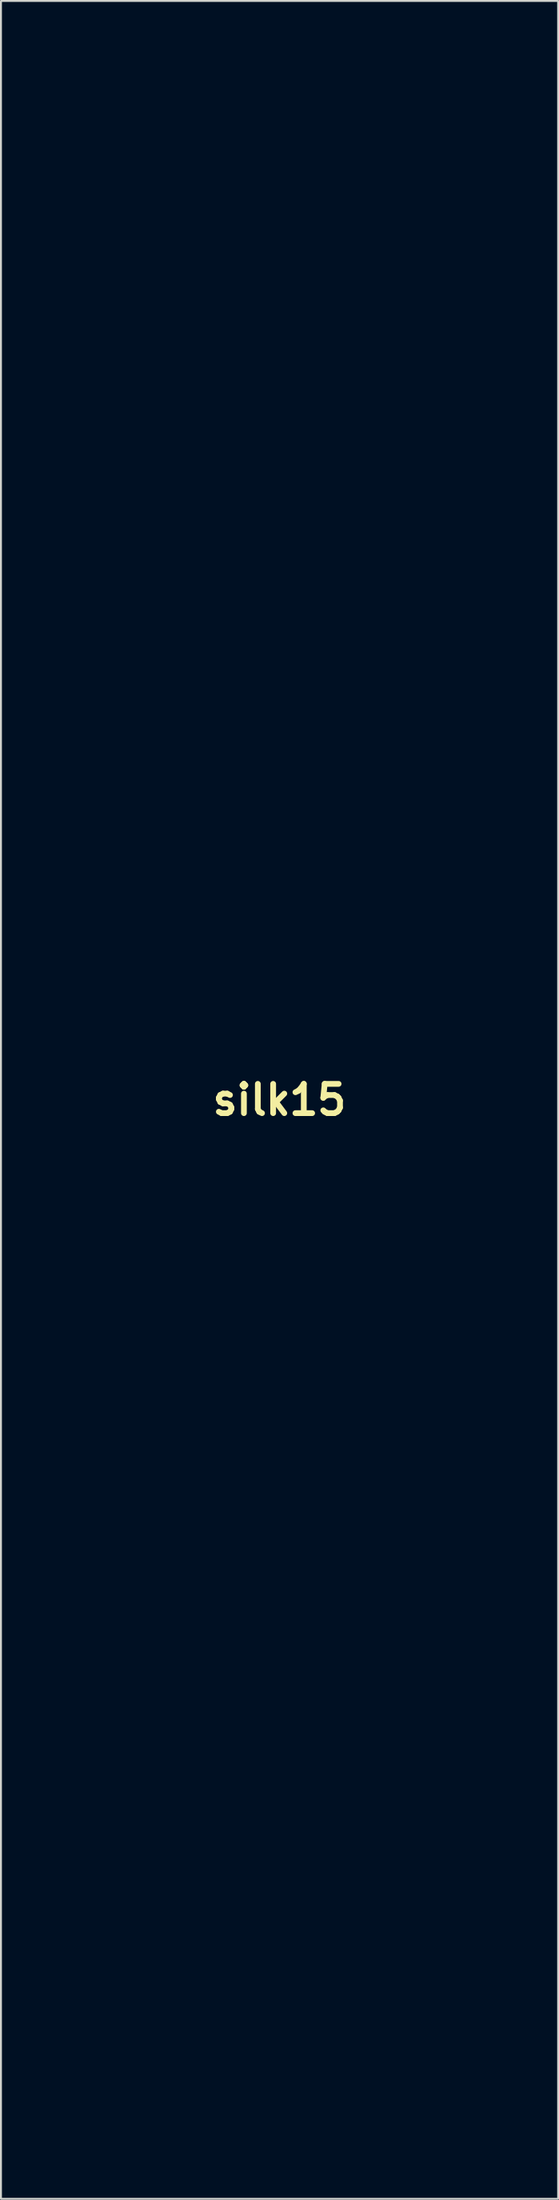
<source format=kicad_pcb>
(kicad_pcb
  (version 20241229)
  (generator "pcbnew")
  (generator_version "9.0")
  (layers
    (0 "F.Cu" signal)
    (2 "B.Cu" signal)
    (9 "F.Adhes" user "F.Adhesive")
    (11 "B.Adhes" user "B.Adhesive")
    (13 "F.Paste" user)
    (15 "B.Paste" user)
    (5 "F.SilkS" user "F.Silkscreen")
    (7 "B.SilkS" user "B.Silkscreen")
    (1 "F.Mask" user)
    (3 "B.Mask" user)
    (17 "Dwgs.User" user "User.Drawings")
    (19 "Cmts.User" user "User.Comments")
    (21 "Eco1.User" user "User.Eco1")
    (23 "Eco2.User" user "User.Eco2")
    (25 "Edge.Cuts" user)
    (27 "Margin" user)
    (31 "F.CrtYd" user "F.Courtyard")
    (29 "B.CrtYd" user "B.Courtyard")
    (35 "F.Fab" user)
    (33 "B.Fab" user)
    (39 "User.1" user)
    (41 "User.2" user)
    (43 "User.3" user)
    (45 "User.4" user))
  (footprint "silk15"
    (layer "F.Cu")
    (at 11.513 54.212)
    (property "Reference" "silk15" (at 0 0 0) (layer "F.SilkS") (effects (font (size 1.524 1.524) (thickness 0.3))))
    (attr through_hole)
    (fp_poly (pts (xy 9.88 -52) (xy 8.128 -52) (xy 8.128 -52.236) (xy 9.88 -52.236) (xy 9.88 -52)) (stroke (width 0.01) (type solid)) (fill no) (layer "Eco2.User"))
    (fp_poly (pts (xy -0.613 -24.761) (xy -0.438 -24.761) (xy -0.438 -24.954) (xy -0.438 -25.024) (xy -0.436 -25.079) (xy -0.434 -25.121) (xy -0.43 -25.152) (xy -0.424 -25.174) (xy -0.416 -25.19) (xy -0.405 -25.201) (xy -0.395 -25.207) (xy -0.359 -25.217) (xy -0.323 -25.212) (xy -0.291 -25.193) (xy -0.288 -25.19) (xy -0.263 -25.165) (xy -0.263 -24.637) (xy -0.288 -24.611) (xy -0.314 -24.585) (xy -1.096 -24.585) (xy -1.122 -24.611) (xy -1.143 -24.643) (xy -1.148 -24.679) (xy -1.138 -24.715) (xy -1.126 -24.732) (xy -1.105 -24.756) (xy -0.949 -24.761) (xy -0.793 -24.765) (xy -0.79 -25.284) (xy -0.788 -25.803) (xy -0.933 -25.803) (xy -0.995 -25.803) (xy -1.043 -25.805) (xy -1.077 -25.809) (xy -1.102 -25.816) (xy -1.119 -25.825) (xy -1.13 -25.839) (xy -1.137 -25.851) (xy -1.146 -25.89) (xy -1.139 -25.926) (xy -1.115 -25.958) (xy -1.109 -25.963) (xy -1.102 -25.967) (xy -1.092 -25.971) (xy -1.076 -25.973) (xy -1.054 -25.975) (xy -1.022 -25.977) (xy -0.978 -25.977) (xy -0.921 -25.978) (xy -0.852 -25.978) (xy -0.613 -25.978) (xy -0.613 -24.761)) (stroke (width 0.01) (type solid)) (fill no) (layer "Eco2.User"))
    (fp_poly (pts (xy 4.144 22.923) (xy 4.153 22.924) (xy 4.16 22.927) (xy 4.168 22.933) (xy 4.177 22.944) (xy 4.189 22.962) (xy 4.203 22.988) (xy 4.222 23.024) (xy 4.247 23.071) (xy 4.277 23.132) (xy 4.295 23.167) (xy 4.416 23.407) (xy 4.416 23.472) (xy 4.417 23.537) (xy 4.295 23.779) (xy 4.173 24.021) (xy 4.142 24.023) (xy 4.113 24.02) (xy 4.097 24.01) (xy 4.09 23.998) (xy 4.076 23.973) (xy 4.056 23.936) (xy 4.032 23.89) (xy 4.006 23.838) (xy 3.977 23.78) (xy 3.974 23.774) (xy 3.937 23.7) (xy 3.908 23.64) (xy 3.886 23.591) (xy 3.871 23.55) (xy 3.861 23.517) (xy 3.856 23.489) (xy 3.855 23.463) (xy 3.859 23.438) (xy 3.865 23.412) (xy 3.867 23.407) (xy 3.874 23.386) (xy 3.888 23.353) (xy 3.908 23.311) (xy 3.93 23.262) (xy 3.956 23.209) (xy 3.983 23.155) (xy 4.009 23.101) (xy 4.035 23.051) (xy 4.058 23.006) (xy 4.078 22.969) (xy 4.093 22.944) (xy 4.102 22.931) (xy 4.102 22.931) (xy 4.12 22.924) (xy 4.144 22.923) (xy 4.144 22.923)) (stroke (width 0.01) (type solid)) (fill no) (layer "Eco2.User"))
    (fp_poly (pts (xy -7.329 -8.511) (xy -7.327 -7.905) (xy -7.151 -7.905) (xy -7.149 -8.107) (xy -7.147 -8.31) (xy -7.124 -8.333) (xy -7.095 -8.35) (xy -7.06 -8.356) (xy -7.025 -8.351) (xy -7.015 -8.347) (xy -7.003 -8.339) (xy -6.994 -8.33) (xy -6.986 -8.316) (xy -6.981 -8.297) (xy -6.977 -8.27) (xy -6.974 -8.233) (xy -6.973 -8.185) (xy -6.972 -8.124) (xy -6.972 -8.047) (xy -6.972 -8.036) (xy -6.972 -7.785) (xy -7.002 -7.755) (xy -7.031 -7.725) (xy -7.803 -7.725) (xy -7.829 -7.748) (xy -7.854 -7.778) (xy -7.863 -7.813) (xy -7.855 -7.85) (xy -7.853 -7.855) (xy -7.838 -7.877) (xy -7.823 -7.891) (xy -7.822 -7.891) (xy -7.807 -7.894) (xy -7.778 -7.897) (xy -7.737 -7.899) (xy -7.687 -7.9) (xy -7.656 -7.9) (xy -7.506 -7.9) (xy -7.506 -8.943) (xy -7.647 -8.943) (xy -7.709 -8.943) (xy -7.756 -8.945) (xy -7.791 -8.95) (xy -7.816 -8.957) (xy -7.833 -8.967) (xy -7.845 -8.981) (xy -7.847 -8.986) (xy -7.857 -9.02) (xy -7.852 -9.057) (xy -7.835 -9.09) (xy -7.834 -9.091) (xy -7.811 -9.118) (xy -7.331 -9.118) (xy -7.329 -8.511)) (stroke (width 0.01) (type solid)) (fill no) (layer "Eco2.User"))
    (fp_poly (pts (xy -1.809 -54.194) (xy -1.799 -54.189) (xy -1.789 -54.185) (xy -1.781 -54.181) (xy -1.774 -54.175) (xy -1.768 -54.166) (xy -1.763 -54.154) (xy -1.759 -54.137) (xy -1.756 -54.114) (xy -1.753 -54.085) (xy -1.751 -54.047) (xy -1.749 -54) (xy -1.747 -53.943) (xy -1.746 -53.875) (xy -1.746 -53.794) (xy -1.745 -53.7) (xy -1.744 -53.591) (xy -1.744 -53.467) (xy -1.743 -53.362) (xy -1.739 -52.591) (xy -1.298 -52.587) (xy -0.857 -52.582) (xy -0.827 -52.55) (xy -0.808 -52.527) (xy -0.799 -52.505) (xy -0.797 -52.477) (xy -0.797 -52.472) (xy -0.798 -52.444) (xy -0.805 -52.424) (xy -0.82 -52.405) (xy -0.831 -52.393) (xy -0.865 -52.359) (xy -1.98 -52.359) (xy -1.977 -53.242) (xy -1.977 -53.386) (xy -1.977 -53.514) (xy -1.976 -53.626) (xy -1.976 -53.724) (xy -1.975 -53.808) (xy -1.975 -53.88) (xy -1.974 -53.941) (xy -1.973 -53.992) (xy -1.972 -54.033) (xy -1.971 -54.066) (xy -1.97 -54.091) (xy -1.968 -54.111) (xy -1.967 -54.125) (xy -1.965 -54.135) (xy -1.963 -54.142) (xy -1.96 -54.147) (xy -1.96 -54.148) (xy -1.929 -54.181) (xy -1.891 -54.2) (xy -1.849 -54.204) (xy -1.809 -54.194)) (stroke (width 0.01) (type solid)) (fill no) (layer "Eco2.User"))
    (fp_poly (pts (xy -7.024 10.272) (xy -6.995 10.291) (xy -6.979 10.319) (xy -6.977 10.355) (xy -6.987 10.389) (xy -6.995 10.405) (xy -7.011 10.433) (xy -7.034 10.473) (xy -7.063 10.524) (xy -7.097 10.583) (xy -7.136 10.65) (xy -7.179 10.723) (xy -7.225 10.801) (xy -7.273 10.882) (xy -7.322 10.966) (xy -7.371 11.05) (xy -7.421 11.133) (xy -7.469 11.214) (xy -7.515 11.292) (xy -7.558 11.365) (xy -7.598 11.431) (xy -7.633 11.49) (xy -7.663 11.539) (xy -7.687 11.578) (xy -7.704 11.605) (xy -7.713 11.619) (xy -7.715 11.62) (xy -7.741 11.631) (xy -7.773 11.627) (xy -7.802 11.614) (xy -7.831 11.588) (xy -7.843 11.556) (xy -7.84 11.522) (xy -7.835 11.511) (xy -7.821 11.487) (xy -7.801 11.45) (xy -7.774 11.403) (xy -7.741 11.345) (xy -7.703 11.28) (xy -7.662 11.209) (xy -7.617 11.132) (xy -7.57 11.051) (xy -7.521 10.967) (xy -7.472 10.883) (xy -7.423 10.799) (xy -7.374 10.717) (xy -7.328 10.637) (xy -7.284 10.563) (xy -7.243 10.494) (xy -7.207 10.433) (xy -7.175 10.381) (xy -7.15 10.338) (xy -7.131 10.308) (xy -7.12 10.29) (xy -7.119 10.289) (xy -7.104 10.273) (xy -7.086 10.266) (xy -7.064 10.265) (xy -7.024 10.272)) (stroke (width 0.01) (type solid)) (fill no) (layer "Eco2.User"))
    (fp_poly (pts (xy -8.334 -9.116) (xy -8.303 -9.107) (xy -8.278 -9.094) (xy -8.265 -9.078) (xy -8.26 -9.048) (xy -8.262 -9.013) (xy -8.27 -8.982) (xy -8.272 -8.979) (xy -8.282 -8.961) (xy -8.3 -8.929) (xy -8.324 -8.887) (xy -8.355 -8.834) (xy -8.391 -8.773) (xy -8.431 -8.704) (xy -8.475 -8.63) (xy -8.522 -8.551) (xy -8.57 -8.469) (xy -8.62 -8.385) (xy -8.67 -8.3) (xy -8.72 -8.217) (xy -8.768 -8.136) (xy -8.814 -8.059) (xy -8.857 -7.987) (xy -8.897 -7.921) (xy -8.932 -7.863) (xy -8.961 -7.814) (xy -8.985 -7.776) (xy -9.001 -7.75) (xy -9.009 -7.737) (xy -9.01 -7.736) (xy -9.035 -7.727) (xy -9.067 -7.727) (xy -9.098 -7.738) (xy -9.102 -7.74) (xy -9.128 -7.766) (xy -9.141 -7.799) (xy -9.141 -7.829) (xy -9.136 -7.84) (xy -9.123 -7.865) (xy -9.102 -7.902) (xy -9.075 -7.949) (xy -9.043 -8.006) (xy -9.005 -8.072) (xy -8.963 -8.144) (xy -8.918 -8.221) (xy -8.871 -8.303) (xy -8.821 -8.387) (xy -8.771 -8.472) (xy -8.721 -8.558) (xy -8.671 -8.642) (xy -8.623 -8.723) (xy -8.577 -8.8) (xy -8.534 -8.872) (xy -8.496 -8.937) (xy -8.461 -8.994) (xy -8.433 -9.041) (xy -8.411 -9.077) (xy -8.395 -9.101) (xy -8.388 -9.111) (xy -8.388 -9.111) (xy -8.364 -9.118) (xy -8.334 -9.116)) (stroke (width 0.01) (type solid)) (fill no) (layer "Eco2.User"))
    (fp_poly (pts (xy -7.38 -24.028) (xy -7.349 -24.014) (xy -7.333 -24.002) (xy -7.325 -23.994) (xy -7.319 -23.985) (xy -7.314 -23.976) (xy -7.312 -23.966) (xy -7.313 -23.952) (xy -7.317 -23.934) (xy -7.325 -23.912) (xy -7.338 -23.884) (xy -7.355 -23.849) (xy -7.378 -23.806) (xy -7.406 -23.755) (xy -7.441 -23.694) (xy -7.483 -23.622) (xy -7.532 -23.538) (xy -7.588 -23.442) (xy -7.653 -23.331) (xy -7.681 -23.285) (xy -7.737 -23.189) (xy -7.791 -23.098) (xy -7.842 -23.012) (xy -7.89 -22.932) (xy -7.933 -22.86) (xy -7.972 -22.797) (xy -8.005 -22.744) (xy -8.031 -22.701) (xy -8.05 -22.671) (xy -8.061 -22.655) (xy -8.063 -22.652) (xy -8.085 -22.637) (xy -8.107 -22.634) (xy -8.134 -22.642) (xy -8.145 -22.648) (xy -8.178 -22.672) (xy -8.194 -22.702) (xy -8.195 -22.738) (xy -8.19 -22.75) (xy -8.176 -22.776) (xy -8.155 -22.814) (xy -8.128 -22.863) (xy -8.095 -22.921) (xy -8.057 -22.988) (xy -8.014 -23.061) (xy -7.969 -23.139) (xy -7.921 -23.221) (xy -7.871 -23.306) (xy -7.821 -23.392) (xy -7.77 -23.478) (xy -7.72 -23.562) (xy -7.672 -23.643) (xy -7.625 -23.72) (xy -7.583 -23.792) (xy -7.544 -23.856) (xy -7.509 -23.912) (xy -7.481 -23.958) (xy -7.459 -23.993) (xy -7.444 -24.015) (xy -7.437 -24.024) (xy -7.411 -24.031) (xy -7.38 -24.028)) (stroke (width 0.01) (type solid)) (fill no) (layer "Eco2.User"))
    (fp_poly (pts (xy -10.333 -14.388) (xy -10.301 -14.377) (xy -10.275 -14.359) (xy -10.26 -14.335) (xy -10.26 -14.333) (xy -10.257 -14.307) (xy -10.259 -14.287) (xy -10.264 -14.276) (xy -10.277 -14.251) (xy -10.298 -14.214) (xy -10.325 -14.167) (xy -10.358 -14.11) (xy -10.395 -14.044) (xy -10.437 -13.972) (xy -10.482 -13.895) (xy -10.53 -13.813) (xy -10.579 -13.729) (xy -10.629 -13.643) (xy -10.679 -13.558) (xy -10.729 -13.474) (xy -10.777 -13.393) (xy -10.823 -13.315) (xy -10.865 -13.244) (xy -10.904 -13.179) (xy -10.938 -13.122) (xy -10.967 -13.075) (xy -10.989 -13.039) (xy -11.004 -13.015) (xy -11.012 -13.005) (xy -11.012 -13.005) (xy -11.038 -12.997) (xy -11.07 -13) (xy -11.101 -13.012) (xy -11.114 -13.02) (xy -11.133 -13.041) (xy -11.14 -13.063) (xy -11.141 -13.078) (xy -11.137 -13.109) (xy -11.128 -13.138) (xy -11.126 -13.141) (xy -11.116 -13.159) (xy -11.099 -13.19) (xy -11.074 -13.233) (xy -11.043 -13.286) (xy -11.007 -13.347) (xy -10.967 -13.415) (xy -10.923 -13.49) (xy -10.877 -13.569) (xy -10.828 -13.651) (xy -10.778 -13.734) (xy -10.728 -13.818) (xy -10.679 -13.902) (xy -10.63 -13.982) (xy -10.584 -14.059) (xy -10.541 -14.131) (xy -10.502 -14.197) (xy -10.467 -14.254) (xy -10.438 -14.303) (xy -10.415 -14.34) (xy -10.399 -14.366) (xy -10.391 -14.379) (xy -10.39 -14.379) (xy -10.364 -14.389) (xy -10.333 -14.388)) (stroke (width 0.01) (type solid)) (fill no) (layer "Eco2.User"))
    (fp_poly (pts (xy 2.169 -32.403) (xy 2.187 -32.383) (xy 2.196 -32.364) (xy 2.198 -32.338) (xy 2.198 -32.328) (xy 2.197 -32.299) (xy 2.19 -32.278) (xy 2.175 -32.259) (xy 2.169 -32.253) (xy 2.139 -32.223) (xy 1.34 -32.223) (xy 1.34 -31.697) (xy 1.516 -31.697) (xy 1.579 -31.697) (xy 1.628 -31.696) (xy 1.664 -31.695) (xy 1.689 -31.692) (xy 1.707 -31.688) (xy 1.717 -31.684) (xy 1.746 -31.66) (xy 1.763 -31.626) (xy 1.769 -31.587) (xy 1.76 -31.548) (xy 1.756 -31.54) (xy 1.747 -31.523) (xy 1.737 -31.51) (xy 1.723 -31.501) (xy 1.705 -31.495) (xy 1.678 -31.491) (xy 1.641 -31.488) (xy 1.592 -31.487) (xy 1.527 -31.487) (xy 1.522 -31.487) (xy 1.34 -31.487) (xy 1.34 -30.962) (xy 1.725 -30.962) (xy 1.819 -30.962) (xy 1.903 -30.961) (xy 1.976 -30.96) (xy 2.036 -30.959) (xy 2.083 -30.957) (xy 2.116 -30.955) (xy 2.132 -30.953) (xy 2.132 -30.953) (xy 2.168 -30.931) (xy 2.19 -30.899) (xy 2.198 -30.856) (xy 2.198 -30.852) (xy 2.191 -30.808) (xy 2.17 -30.775) (xy 2.136 -30.753) (xy 2.132 -30.751) (xy 2.119 -30.75) (xy 2.088 -30.748) (xy 2.042 -30.746) (xy 1.981 -30.745) (xy 1.906 -30.744) (xy 1.819 -30.743) (xy 1.719 -30.743) (xy 1.615 -30.743) (xy 1.121 -30.743) (xy 1.121 -32.433) (xy 2.139 -32.433) (xy 2.169 -32.403)) (stroke (width 0.01) (type solid)) (fill no) (layer "Eco2.User"))
    (fp_poly (pts (xy -9.647 -19.522) (xy -9.619 -19.497) (xy -9.609 -19.482) (xy -9.606 -19.469) (xy -9.604 -19.44) (xy -9.602 -19.397) (xy -9.601 -19.337) (xy -9.6 -19.262) (xy -9.6 -19.169) (xy -9.599 -19.116) (xy -9.599 -18.77) (xy -9.249 -18.77) (xy -9.249 -19.036) (xy -9.249 -19.105) (xy -9.248 -19.168) (xy -9.247 -19.224) (xy -9.245 -19.27) (xy -9.243 -19.303) (xy -9.241 -19.322) (xy -9.241 -19.325) (xy -9.222 -19.352) (xy -9.194 -19.369) (xy -9.162 -19.376) (xy -9.129 -19.372) (xy -9.101 -19.357) (xy -9.084 -19.333) (xy -9.08 -19.317) (xy -9.078 -19.283) (xy -9.076 -19.231) (xy -9.075 -19.163) (xy -9.074 -19.077) (xy -9.074 -19.045) (xy -9.074 -18.779) (xy -9.044 -18.766) (xy -9.012 -18.745) (xy -8.992 -18.715) (xy -8.985 -18.681) (xy -8.993 -18.646) (xy -9.012 -18.62) (xy -9.033 -18.604) (xy -9.052 -18.595) (xy -9.056 -18.595) (xy -9.062 -18.594) (xy -9.066 -18.591) (xy -9.069 -18.584) (xy -9.071 -18.57) (xy -9.073 -18.547) (xy -9.074 -18.513) (xy -9.074 -18.467) (xy -9.074 -18.405) (xy -9.074 -18.19) (xy -9.1 -18.165) (xy -9.132 -18.144) (xy -9.168 -18.138) (xy -9.203 -18.149) (xy -9.22 -18.16) (xy -9.245 -18.181) (xy -9.247 -18.388) (xy -9.25 -18.595) (xy -9.784 -18.595) (xy -9.781 -19.038) (xy -9.779 -19.481) (xy -9.75 -19.506) (xy -9.716 -19.527) (xy -9.681 -19.532) (xy -9.647 -19.522)) (stroke (width 0.01) (type solid)) (fill no) (layer "Eco2.User"))
    (fp_poly (pts (xy -10.272 -19.528) (xy -10.238 -19.512) (xy -10.221 -19.498) (xy -10.212 -19.485) (xy -10.209 -19.466) (xy -10.209 -19.444) (xy -10.209 -19.435) (xy -10.21 -19.426) (xy -10.213 -19.415) (xy -10.217 -19.403) (xy -10.224 -19.387) (xy -10.233 -19.366) (xy -10.247 -19.34) (xy -10.265 -19.308) (xy -10.287 -19.268) (xy -10.315 -19.22) (xy -10.348 -19.162) (xy -10.388 -19.094) (xy -10.435 -19.013) (xy -10.49 -18.92) (xy -10.553 -18.814) (xy -10.571 -18.783) (xy -10.627 -18.688) (xy -10.681 -18.597) (xy -10.732 -18.511) (xy -10.779 -18.432) (xy -10.822 -18.36) (xy -10.86 -18.298) (xy -10.892 -18.245) (xy -10.917 -18.203) (xy -10.935 -18.174) (xy -10.945 -18.158) (xy -10.947 -18.155) (xy -10.975 -18.138) (xy -11.009 -18.137) (xy -11.024 -18.14) (xy -11.053 -18.155) (xy -11.076 -18.179) (xy -11.088 -18.207) (xy -11.088 -18.215) (xy -11.085 -18.238) (xy -11.077 -18.264) (xy -11.077 -18.264) (xy -11.069 -18.279) (xy -11.054 -18.306) (xy -11.031 -18.346) (xy -11.003 -18.396) (xy -10.968 -18.455) (xy -10.929 -18.522) (xy -10.886 -18.595) (xy -10.84 -18.673) (xy -10.792 -18.755) (xy -10.743 -18.839) (xy -10.692 -18.924) (xy -10.642 -19.008) (xy -10.593 -19.09) (xy -10.546 -19.169) (xy -10.501 -19.244) (xy -10.46 -19.312) (xy -10.424 -19.372) (xy -10.392 -19.424) (xy -10.367 -19.466) (xy -10.348 -19.496) (xy -10.336 -19.513) (xy -10.334 -19.516) (xy -10.305 -19.53) (xy -10.272 -19.528)) (stroke (width 0.01) (type solid)) (fill no) (layer "Eco2.User"))
    (fp_poly (pts (xy -8.548 11.456) (xy -8.382 11.456) (xy -8.382 11.274) (xy -8.382 11.211) (xy -8.38 11.156) (xy -8.378 11.111) (xy -8.375 11.08) (xy -8.373 11.064) (xy -8.354 11.034) (xy -8.326 11.015) (xy -8.293 11.009) (xy -8.259 11.017) (xy -8.232 11.035) (xy -8.207 11.061) (xy -8.207 11.316) (xy -8.207 11.394) (xy -8.207 11.457) (xy -8.209 11.506) (xy -8.211 11.544) (xy -8.215 11.571) (xy -8.22 11.59) (xy -8.228 11.603) (xy -8.238 11.612) (xy -8.25 11.618) (xy -8.261 11.622) (xy -8.277 11.624) (xy -8.307 11.626) (xy -8.35 11.628) (xy -8.404 11.629) (xy -8.465 11.63) (xy -8.533 11.631) (xy -8.604 11.631) (xy -8.676 11.631) (xy -8.748 11.631) (xy -8.815 11.63) (xy -8.877 11.629) (xy -8.931 11.628) (xy -8.974 11.626) (xy -9.005 11.624) (xy -9.021 11.622) (xy -9.021 11.622) (xy -9.052 11.601) (xy -9.069 11.569) (xy -9.074 11.538) (xy -9.071 11.511) (xy -9.06 11.491) (xy -9.047 11.479) (xy -9.037 11.471) (xy -9.026 11.465) (xy -9.013 11.461) (xy -8.995 11.458) (xy -8.967 11.457) (xy -8.928 11.456) (xy -8.875 11.456) (xy -8.723 11.456) (xy -8.726 10.946) (xy -8.728 10.436) (xy -8.879 10.432) (xy -8.934 10.43) (xy -8.974 10.428) (xy -9.003 10.426) (xy -9.022 10.423) (xy -9.034 10.419) (xy -9.044 10.413) (xy -9.05 10.407) (xy -9.066 10.379) (xy -9.071 10.345) (xy -9.063 10.312) (xy -9.045 10.286) (xy -9.02 10.265) (xy -8.548 10.265) (xy -8.548 11.456)) (stroke (width 0.01) (type solid)) (fill no) (layer "Eco2.User"))
    (fp_poly (pts (xy -6.331 -9.117) (xy -6.305 -9.116) (xy -6.288 -9.112) (xy -6.276 -9.105) (xy -6.263 -9.093) (xy -6.262 -9.092) (xy -6.242 -9.062) (xy -6.236 -9.027) (xy -6.244 -8.994) (xy -6.264 -8.967) (xy -6.294 -8.948) (xy -6.301 -8.946) (xy -6.324 -8.941) (xy -6.324 -8.365) (xy -5.995 -8.363) (xy -5.665 -8.36) (xy -5.64 -8.332) (xy -5.614 -8.303) (xy -5.614 -8.042) (xy -5.615 -7.965) (xy -5.615 -7.903) (xy -5.616 -7.854) (xy -5.618 -7.817) (xy -5.621 -7.79) (xy -5.626 -7.771) (xy -5.633 -7.758) (xy -5.641 -7.748) (xy -5.653 -7.741) (xy -5.664 -7.735) (xy -5.677 -7.732) (xy -5.704 -7.73) (xy -5.745 -7.728) (xy -5.803 -7.727) (xy -5.876 -7.726) (xy -5.965 -7.726) (xy -6.058 -7.725) (xy -6.152 -7.726) (xy -6.229 -7.726) (xy -6.292 -7.727) (xy -6.343 -7.727) (xy -6.382 -7.729) (xy -6.411 -7.73) (xy -6.432 -7.732) (xy -6.446 -7.735) (xy -6.455 -7.738) (xy -6.457 -7.739) (xy -6.477 -7.754) (xy -6.49 -7.768) (xy -6.492 -7.781) (xy -6.494 -7.811) (xy -6.495 -7.858) (xy -6.496 -7.922) (xy -6.497 -8.003) (xy -6.498 -8.1) (xy -6.498 -8.181) (xy -6.324 -8.181) (xy -6.324 -7.9) (xy -5.794 -7.905) (xy -5.791 -8.043) (xy -5.789 -8.181) (xy -6.324 -8.181) (xy -6.498 -8.181) (xy -6.499 -8.214) (xy -6.499 -8.344) (xy -6.499 -8.427) (xy -6.499 -9.069) (xy -6.475 -9.093) (xy -6.463 -9.105) (xy -6.451 -9.112) (xy -6.435 -9.116) (xy -6.41 -9.117) (xy -6.371 -9.118) (xy -6.37 -9.118) (xy -6.331 -9.117)) (stroke (width 0.01) (type solid)) (fill no) (layer "Eco2.User"))
    (fp_poly (pts (xy 7.864 -13.585) (xy 7.893 -13.563) (xy 7.91 -13.53) (xy 7.912 -13.522) (xy 7.914 -13.507) (xy 7.915 -13.477) (xy 7.916 -13.434) (xy 7.917 -13.379) (xy 7.917 -13.316) (xy 7.918 -13.245) (xy 7.918 -13.17) (xy 7.918 -13.163) (xy 7.918 -12.831) (xy 8.091 -12.833) (xy 8.264 -12.836) (xy 8.268 -13.112) (xy 8.269 -13.18) (xy 8.271 -13.243) (xy 8.273 -13.299) (xy 8.275 -13.345) (xy 8.277 -13.379) (xy 8.279 -13.399) (xy 8.28 -13.403) (xy 8.297 -13.421) (xy 8.323 -13.436) (xy 8.352 -13.444) (xy 8.36 -13.444) (xy 8.38 -13.439) (xy 8.404 -13.425) (xy 8.41 -13.419) (xy 8.439 -13.393) (xy 8.443 -13.115) (xy 8.448 -12.836) (xy 8.467 -12.833) (xy 8.485 -12.825) (xy 8.505 -12.808) (xy 8.509 -12.804) (xy 8.527 -12.77) (xy 8.53 -12.735) (xy 8.518 -12.702) (xy 8.492 -12.676) (xy 8.477 -12.668) (xy 8.443 -12.653) (xy 8.443 -12.462) (xy 8.443 -12.393) (xy 8.442 -12.339) (xy 8.44 -12.298) (xy 8.436 -12.268) (xy 8.43 -12.247) (xy 8.422 -12.232) (xy 8.412 -12.221) (xy 8.398 -12.213) (xy 8.36 -12.201) (xy 8.324 -12.206) (xy 8.294 -12.226) (xy 8.268 -12.252) (xy 8.268 -12.656) (xy 7.734 -12.656) (xy 7.734 -13.09) (xy 7.734 -13.191) (xy 7.734 -13.275) (xy 7.735 -13.345) (xy 7.735 -13.402) (xy 7.736 -13.447) (xy 7.737 -13.482) (xy 7.739 -13.508) (xy 7.741 -13.527) (xy 7.744 -13.54) (xy 7.747 -13.549) (xy 7.747 -13.55) (xy 7.766 -13.576) (xy 7.793 -13.59) (xy 7.828 -13.593) (xy 7.864 -13.585)) (stroke (width 0.01) (type solid)) (fill no) (layer "Eco2.User"))
    (fp_poly (pts (xy -7.267 22.72) (xy -7.143 22.72) (xy -6.895 23.283) (xy -6.854 23.377) (xy -6.814 23.466) (xy -6.777 23.549) (xy -6.743 23.625) (xy -6.713 23.693) (xy -6.688 23.751) (xy -6.667 23.798) (xy -6.651 23.832) (xy -6.642 23.853) (xy -6.639 23.858) (xy -6.637 23.853) (xy -6.635 23.83) (xy -6.634 23.791) (xy -6.633 23.735) (xy -6.632 23.664) (xy -6.631 23.578) (xy -6.631 23.477) (xy -6.63 23.362) (xy -6.63 23.324) (xy -6.63 23.212) (xy -6.63 23.116) (xy -6.63 23.036) (xy -6.629 22.968) (xy -6.629 22.913) (xy -6.628 22.869) (xy -6.627 22.835) (xy -6.625 22.808) (xy -6.624 22.789) (xy -6.622 22.776) (xy -6.619 22.767) (xy -6.617 22.761) (xy -6.615 22.758) (xy -6.584 22.732) (xy -6.548 22.72) (xy -6.511 22.723) (xy -6.477 22.742) (xy -6.474 22.745) (xy -6.446 22.771) (xy -6.446 24.218) (xy -6.571 24.218) (xy -6.696 24.218) (xy -6.944 23.65) (xy -6.986 23.556) (xy -7.025 23.467) (xy -7.062 23.383) (xy -7.096 23.307) (xy -7.126 23.24) (xy -7.151 23.182) (xy -7.172 23.135) (xy -7.188 23.101) (xy -7.198 23.081) (xy -7.201 23.075) (xy -7.202 23.082) (xy -7.203 23.105) (xy -7.205 23.144) (xy -7.206 23.197) (xy -7.207 23.262) (xy -7.207 23.34) (xy -7.208 23.428) (xy -7.208 23.527) (xy -7.208 23.611) (xy -7.208 24.156) (xy -7.232 24.183) (xy -7.262 24.205) (xy -7.298 24.215) (xy -7.332 24.211) (xy -7.336 24.209) (xy -7.355 24.197) (xy -7.373 24.178) (xy -7.374 24.178) (xy -7.392 24.154) (xy -7.392 22.72) (xy -7.267 22.72)) (stroke (width 0.01) (type solid)) (fill no) (layer "Eco2.User"))
    (fp_poly (pts (xy 0.631 -32.275) (xy 0.63 -32.211) (xy 0.629 -32.163) (xy 0.626 -32.126) (xy 0.62 -32.1) (xy 0.612 -32.081) (xy 0.601 -32.067) (xy 0.585 -32.055) (xy 0.583 -32.053) (xy 0.56 -32.044) (xy 0.531 -32.039) (xy 0.523 -32.039) (xy 0.481 -32.047) (xy 0.448 -32.069) (xy 0.425 -32.104) (xy 0.413 -32.151) (xy 0.412 -32.179) (xy 0.412 -32.223) (xy 0.201 -32.223) (xy 0.201 -31.531) (xy 0.201 -31.4) (xy 0.201 -31.286) (xy 0.201 -31.187) (xy 0.201 -31.103) (xy 0.2 -31.031) (xy 0.199 -30.971) (xy 0.198 -30.921) (xy 0.196 -30.882) (xy 0.194 -30.85) (xy 0.191 -30.826) (xy 0.187 -30.807) (xy 0.183 -30.794) (xy 0.178 -30.784) (xy 0.171 -30.777) (xy 0.164 -30.771) (xy 0.156 -30.766) (xy 0.155 -30.765) (xy 0.118 -30.75) (xy 0.079 -30.747) (xy 0.048 -30.755) (xy 0.023 -30.77) (xy 0.004 -30.786) (xy 0.001 -30.79) (xy -0.002 -30.795) (xy -0.004 -30.802) (xy -0.006 -30.813) (xy -0.008 -30.828) (xy -0.009 -30.849) (xy -0.011 -30.877) (xy -0.012 -30.913) (xy -0.013 -30.958) (xy -0.014 -31.013) (xy -0.014 -31.08) (xy -0.015 -31.159) (xy -0.016 -31.252) (xy -0.017 -31.361) (xy -0.017 -31.485) (xy -0.018 -31.512) (xy -0.022 -32.219) (xy -0.232 -32.219) (xy -0.237 -32.162) (xy -0.241 -32.129) (xy -0.247 -32.1) (xy -0.252 -32.085) (xy -0.276 -32.06) (xy -0.309 -32.044) (xy -0.348 -32.04) (xy -0.386 -32.048) (xy -0.394 -32.052) (xy -0.412 -32.063) (xy -0.425 -32.076) (xy -0.434 -32.093) (xy -0.44 -32.118) (xy -0.444 -32.153) (xy -0.446 -32.2) (xy -0.447 -32.262) (xy -0.447 -32.275) (xy -0.447 -32.433) (xy 0.631 -32.433) (xy 0.631 -32.275)) (stroke (width 0.01) (type solid)) (fill no) (layer "Eco2.User"))
    (fp_poly (pts (xy -3.868 10.267) (xy -3.505 10.269) (xy -3.471 10.296) (xy -3.446 10.322) (xy -3.423 10.353) (xy -3.418 10.362) (xy -3.412 10.374) (xy -3.408 10.386) (xy -3.404 10.4) (xy -3.402 10.419) (xy -3.4 10.444) (xy -3.399 10.479) (xy -3.399 10.525) (xy -3.398 10.584) (xy -3.398 10.646) (xy -3.398 10.718) (xy -3.399 10.775) (xy -3.399 10.819) (xy -3.4 10.852) (xy -3.402 10.877) (xy -3.405 10.895) (xy -3.408 10.909) (xy -3.413 10.92) (xy -3.418 10.931) (xy -3.438 10.961) (xy -3.464 10.989) (xy -3.471 10.996) (xy -3.505 11.023) (xy -3.802 11.025) (xy -4.099 11.028) (xy -4.099 11.456) (xy -3.779 11.456) (xy -3.687 11.457) (xy -3.609 11.457) (xy -3.544 11.458) (xy -3.495 11.46) (xy -3.461 11.462) (xy -3.443 11.465) (xy -3.442 11.465) (xy -3.422 11.483) (xy -3.407 11.511) (xy -3.399 11.541) (xy -3.398 11.548) (xy -3.404 11.568) (xy -3.418 11.592) (xy -3.424 11.598) (xy -3.449 11.627) (xy -3.862 11.63) (xy -4.274 11.632) (xy -4.274 11.323) (xy -4.274 11.237) (xy -4.273 11.16) (xy -4.272 11.095) (xy -4.27 11.043) (xy -4.268 11.006) (xy -4.266 10.984) (xy -4.265 10.981) (xy -4.248 10.944) (xy -4.22 10.908) (xy -4.186 10.878) (xy -4.174 10.871) (xy -4.165 10.867) (xy -4.152 10.864) (xy -4.134 10.861) (xy -4.109 10.859) (xy -4.075 10.857) (xy -4.031 10.856) (xy -3.973 10.855) (xy -3.901 10.854) (xy -3.86 10.854) (xy -3.573 10.851) (xy -3.576 10.643) (xy -3.578 10.436) (xy -3.909 10.432) (xy -4.241 10.427) (xy -4.257 10.406) (xy -4.272 10.377) (xy -4.275 10.341) (xy -4.266 10.307) (xy -4.252 10.286) (xy -4.231 10.265) (xy -3.868 10.267)) (stroke (width 0.01) (type solid)) (fill no) (layer "Eco2.User"))
    (fp_poly (pts (xy 5.429 -24.032) (xy 5.5 -24.031) (xy 5.555 -24.03) (xy 5.593 -24.028) (xy 5.614 -24.025) (xy 5.615 -24.025) (xy 5.655 -24.006) (xy 5.693 -23.975) (xy 5.723 -23.937) (xy 5.729 -23.924) (xy 5.734 -23.912) (xy 5.738 -23.898) (xy 5.741 -23.88) (xy 5.743 -23.855) (xy 5.744 -23.821) (xy 5.745 -23.777) (xy 5.745 -23.719) (xy 5.745 -23.646) (xy 5.745 -23.641) (xy 5.745 -23.563) (xy 5.745 -23.5) (xy 5.743 -23.45) (xy 5.741 -23.411) (xy 5.737 -23.381) (xy 5.731 -23.358) (xy 5.723 -23.34) (xy 5.713 -23.324) (xy 5.699 -23.308) (xy 5.695 -23.303) (xy 5.68 -23.289) (xy 5.666 -23.276) (xy 5.65 -23.267) (xy 5.631 -23.26) (xy 5.607 -23.254) (xy 5.575 -23.25) (xy 5.533 -23.248) (xy 5.481 -23.246) (xy 5.415 -23.246) (xy 5.334 -23.246) (xy 5.314 -23.246) (xy 5.027 -23.245) (xy 5.027 -22.817) (xy 5.361 -22.814) (xy 5.695 -22.812) (xy 5.721 -22.782) (xy 5.738 -22.761) (xy 5.744 -22.742) (xy 5.743 -22.717) (xy 5.743 -22.716) (xy 5.731 -22.679) (xy 5.715 -22.661) (xy 5.692 -22.641) (xy 4.852 -22.641) (xy 4.852 -22.954) (xy 4.853 -23.049) (xy 4.854 -23.13) (xy 4.855 -23.197) (xy 4.857 -23.248) (xy 4.859 -23.284) (xy 4.862 -23.302) (xy 4.881 -23.342) (xy 4.913 -23.377) (xy 4.952 -23.405) (xy 4.992 -23.42) (xy 5.015 -23.423) (xy 5.053 -23.425) (xy 5.105 -23.427) (xy 5.169 -23.428) (xy 5.242 -23.429) (xy 5.299 -23.429) (xy 5.562 -23.429) (xy 5.562 -23.858) (xy 5.233 -23.858) (xy 5.131 -23.859) (xy 5.048 -23.86) (xy 4.981 -23.861) (xy 4.932 -23.863) (xy 4.9 -23.865) (xy 4.886 -23.868) (xy 4.868 -23.886) (xy 4.854 -23.914) (xy 4.847 -23.944) (xy 4.848 -23.963) (xy 4.858 -23.987) (xy 4.875 -24.008) (xy 4.875 -24.008) (xy 4.897 -24.029) (xy 5.239 -24.032) (xy 5.342 -24.032) (xy 5.429 -24.032)) (stroke (width 0.01) (type solid)) (fill no) (layer "Eco2.User"))
    (fp_poly (pts (xy -8.072 22.72) (xy -8.004 22.72) (xy -7.95 22.721) (xy -7.906 22.723) (xy -7.873 22.725) (xy -7.847 22.728) (xy -7.829 22.732) (xy -7.816 22.738) (xy -7.807 22.745) (xy -7.801 22.754) (xy -7.795 22.765) (xy -7.791 22.773) (xy -7.78 22.8) (xy -7.78 22.824) (xy -7.791 22.854) (xy -7.791 22.856) (xy -7.802 22.875) (xy -7.816 22.889) (xy -7.836 22.899) (xy -7.863 22.906) (xy -7.9 22.91) (xy -7.951 22.912) (xy -8.013 22.913) (xy -8.163 22.913) (xy -8.163 24.025) (xy -8.008 24.025) (xy -7.945 24.025) (xy -7.897 24.027) (xy -7.862 24.03) (xy -7.837 24.035) (xy -7.819 24.044) (xy -7.806 24.056) (xy -7.796 24.073) (xy -7.792 24.081) (xy -7.781 24.105) (xy -7.78 24.123) (xy -7.786 24.146) (xy -7.787 24.15) (xy -7.806 24.183) (xy -7.83 24.201) (xy -7.838 24.205) (xy -7.848 24.208) (xy -7.861 24.211) (xy -7.879 24.213) (xy -7.903 24.215) (xy -7.936 24.216) (xy -7.978 24.216) (xy -8.031 24.217) (xy -8.098 24.217) (xy -8.179 24.217) (xy -8.259 24.217) (xy -8.342 24.217) (xy -8.419 24.216) (xy -8.49 24.215) (xy -8.552 24.214) (xy -8.604 24.213) (xy -8.643 24.212) (xy -8.668 24.21) (xy -8.676 24.209) (xy -8.704 24.19) (xy -8.723 24.16) (xy -8.732 24.125) (xy -8.73 24.09) (xy -8.717 24.063) (xy -8.705 24.05) (xy -8.691 24.04) (xy -8.674 24.034) (xy -8.649 24.029) (xy -8.615 24.026) (xy -8.568 24.025) (xy -8.507 24.025) (xy -8.347 24.025) (xy -8.347 22.914) (xy -8.514 22.911) (xy -8.681 22.908) (xy -8.707 22.88) (xy -8.727 22.845) (xy -8.733 22.808) (xy -8.725 22.773) (xy -8.703 22.743) (xy -8.683 22.73) (xy -8.67 22.727) (xy -8.644 22.725) (xy -8.603 22.723) (xy -8.547 22.722) (xy -8.475 22.721) (xy -8.388 22.72) (xy -8.283 22.72) (xy -8.253 22.72) (xy -8.155 22.72) (xy -8.072 22.72)) (stroke (width 0.01) (type solid)) (fill no) (layer "Eco2.User"))
    (fp_poly (pts (xy -6.336 -24.032) (xy -6.266 -24.031) (xy -6.213 -24.03) (xy -6.174 -24.028) (xy -6.151 -24.025) (xy -6.146 -24.024) (xy -6.11 -24.007) (xy -6.074 -23.978) (xy -6.045 -23.943) (xy -6.027 -23.907) (xy -6.027 -23.907) (xy -6.024 -23.887) (xy -6.022 -23.852) (xy -6.02 -23.806) (xy -6.018 -23.752) (xy -6.018 -23.692) (xy -6.017 -23.629) (xy -6.018 -23.568) (xy -6.018 -23.509) (xy -6.02 -23.457) (xy -6.022 -23.415) (xy -6.024 -23.386) (xy -6.026 -23.374) (xy -6.045 -23.335) (xy -6.075 -23.298) (xy -6.113 -23.269) (xy -6.127 -23.262) (xy -6.138 -23.257) (xy -6.151 -23.254) (xy -6.168 -23.251) (xy -6.191 -23.249) (xy -6.222 -23.248) (xy -6.263 -23.247) (xy -6.316 -23.246) (xy -6.383 -23.246) (xy -6.449 -23.246) (xy -6.735 -23.245) (xy -6.735 -22.817) (xy -6.403 -22.814) (xy -6.071 -22.812) (xy -6.049 -22.791) (xy -6.029 -22.762) (xy -6.021 -22.728) (xy -6.026 -22.694) (xy -6.042 -22.665) (xy -6.06 -22.65) (xy -6.074 -22.648) (xy -6.104 -22.646) (xy -6.151 -22.644) (xy -6.214 -22.643) (xy -6.293 -22.642) (xy -6.386 -22.641) (xy -6.494 -22.641) (xy -6.911 -22.641) (xy -6.911 -22.961) (xy -6.91 -23.05) (xy -6.91 -23.122) (xy -6.909 -23.181) (xy -6.908 -23.228) (xy -6.905 -23.265) (xy -6.901 -23.293) (xy -6.896 -23.315) (xy -6.889 -23.333) (xy -6.881 -23.347) (xy -6.87 -23.36) (xy -6.86 -23.371) (xy -6.846 -23.385) (xy -6.834 -23.396) (xy -6.82 -23.405) (xy -6.803 -23.412) (xy -6.782 -23.417) (xy -6.754 -23.421) (xy -6.717 -23.424) (xy -6.669 -23.425) (xy -6.608 -23.426) (xy -6.533 -23.427) (xy -6.492 -23.428) (xy -6.201 -23.431) (xy -6.201 -23.858) (xy -6.53 -23.858) (xy -6.623 -23.859) (xy -6.703 -23.859) (xy -6.769 -23.861) (xy -6.82 -23.862) (xy -6.855 -23.864) (xy -6.874 -23.867) (xy -6.876 -23.868) (xy -6.9 -23.889) (xy -6.913 -23.92) (xy -6.915 -23.955) (xy -6.904 -23.988) (xy -6.888 -24.008) (xy -6.865 -24.029) (xy -6.524 -24.032) (xy -6.421 -24.032) (xy -6.336 -24.032)) (stroke (width 0.01) (type solid)) (fill no) (layer "Eco2.User"))
    (fp_poly (pts (xy 6.902 -53.997) (xy 7.045 -53.787) (xy 7.075 -53.828) (xy 7.088 -53.848) (xy 7.11 -53.878) (xy 7.138 -53.918) (xy 7.171 -53.964) (xy 7.206 -54.014) (xy 7.223 -54.038) (xy 7.343 -54.207) (xy 7.638 -54.207) (xy 7.638 -52.427) (xy 7.604 -52.393) (xy 7.581 -52.373) (xy 7.563 -52.363) (xy 7.54 -52.359) (xy 7.527 -52.359) (xy 7.482 -52.366) (xy 7.445 -52.384) (xy 7.418 -52.411) (xy 7.417 -52.413) (xy 7.415 -52.42) (xy 7.413 -52.434) (xy 7.411 -52.455) (xy 7.41 -52.485) (xy 7.408 -52.525) (xy 7.407 -52.575) (xy 7.406 -52.637) (xy 7.405 -52.711) (xy 7.404 -52.799) (xy 7.403 -52.902) (xy 7.402 -53.02) (xy 7.401 -53.151) (xy 7.397 -53.869) (xy 7.165 -53.541) (xy 7.165 -53.488) (xy 7.164 -53.457) (xy 7.159 -53.437) (xy 7.149 -53.42) (xy 7.131 -53.4) (xy 7.109 -53.38) (xy 7.091 -53.37) (xy 7.068 -53.367) (xy 7.048 -53.366) (xy 7.018 -53.367) (xy 6.997 -53.373) (xy 6.98 -53.386) (xy 6.969 -53.396) (xy 6.946 -53.428) (xy 6.932 -53.467) (xy 6.928 -53.518) (xy 6.924 -53.533) (xy 6.912 -53.558) (xy 6.89 -53.593) (xy 6.859 -53.641) (xy 6.817 -53.701) (xy 6.812 -53.709) (xy 6.696 -53.875) (xy 6.692 -53.154) (xy 6.691 -53.017) (xy 6.69 -52.897) (xy 6.689 -52.793) (xy 6.688 -52.703) (xy 6.687 -52.628) (xy 6.685 -52.565) (xy 6.684 -52.515) (xy 6.683 -52.475) (xy 6.681 -52.447) (xy 6.679 -52.427) (xy 6.677 -52.417) (xy 6.676 -52.414) (xy 6.65 -52.384) (xy 6.614 -52.365) (xy 6.573 -52.358) (xy 6.533 -52.364) (xy 6.504 -52.378) (xy 6.496 -52.384) (xy 6.49 -52.389) (xy 6.483 -52.395) (xy 6.478 -52.403) (xy 6.473 -52.414) (xy 6.469 -52.428) (xy 6.466 -52.447) (xy 6.463 -52.472) (xy 6.461 -52.504) (xy 6.459 -52.543) (xy 6.458 -52.591) (xy 6.457 -52.65) (xy 6.456 -52.719) (xy 6.456 -52.8) (xy 6.455 -52.894) (xy 6.455 -53.002) (xy 6.455 -53.125) (xy 6.455 -53.265) (xy 6.455 -53.331) (xy 6.455 -54.207) (xy 6.758 -54.207) (xy 6.902 -53.997)) (stroke (width 0.01) (type solid)) (fill no) (layer "Eco2.User"))
    (fp_poly (pts (xy -10.169 10.271) (xy -10.141 10.289) (xy -10.128 10.307) (xy -10.126 10.32) (xy -10.124 10.347) (xy -10.121 10.387) (xy -10.119 10.437) (xy -10.118 10.495) (xy -10.116 10.552) (xy -10.112 10.782) (xy -10.038 10.733) (xy -9.986 10.699) (xy -9.945 10.674) (xy -9.909 10.657) (xy -9.874 10.646) (xy -9.838 10.64) (xy -9.794 10.638) (xy -9.757 10.637) (xy -9.709 10.638) (xy -9.674 10.639) (xy -9.648 10.643) (xy -9.626 10.648) (xy -9.605 10.657) (xy -9.603 10.658) (xy -9.552 10.689) (xy -9.506 10.733) (xy -9.472 10.784) (xy -9.467 10.795) (xy -9.462 10.808) (xy -9.457 10.823) (xy -9.453 10.842) (xy -9.45 10.866) (xy -9.447 10.896) (xy -9.444 10.934) (xy -9.441 10.982) (xy -9.439 11.041) (xy -9.436 11.111) (xy -9.433 11.196) (xy -9.43 11.296) (xy -9.428 11.356) (xy -9.427 11.423) (xy -9.425 11.475) (xy -9.425 11.515) (xy -9.425 11.543) (xy -9.427 11.563) (xy -9.429 11.577) (xy -9.433 11.586) (xy -9.438 11.594) (xy -9.441 11.598) (xy -9.469 11.62) (xy -9.502 11.629) (xy -9.536 11.624) (xy -9.566 11.606) (xy -9.579 11.591) (xy -9.583 11.583) (xy -9.587 11.571) (xy -9.59 11.554) (xy -9.593 11.53) (xy -9.595 11.497) (xy -9.598 11.453) (xy -9.6 11.396) (xy -9.603 11.325) (xy -9.605 11.264) (xy -9.608 11.191) (xy -9.61 11.121) (xy -9.612 11.058) (xy -9.614 11.002) (xy -9.615 10.958) (xy -9.616 10.927) (xy -9.616 10.915) (xy -9.618 10.885) (xy -9.625 10.864) (xy -9.64 10.845) (xy -9.648 10.837) (xy -9.678 10.806) (xy -9.76 10.809) (xy -9.841 10.813) (xy -9.976 10.901) (xy -10.112 10.989) (xy -10.116 11.284) (xy -10.121 11.579) (xy -10.143 11.601) (xy -10.174 11.621) (xy -10.21 11.628) (xy -10.244 11.621) (xy -10.25 11.618) (xy -10.27 11.603) (xy -10.282 11.588) (xy -10.284 11.575) (xy -10.286 11.546) (xy -10.288 11.498) (xy -10.289 11.434) (xy -10.29 11.354) (xy -10.291 11.256) (xy -10.291 11.143) (xy -10.291 11.013) (xy -10.291 10.944) (xy -10.291 10.316) (xy -10.266 10.291) (xy -10.236 10.272) (xy -10.203 10.266) (xy -10.169 10.271)) (stroke (width 0.01) (type solid)) (fill no) (layer "Eco2.User"))
    (fp_poly (pts (xy -9.24 -14.345) (xy -9.24 -13.788) (xy -9.205 -13.782) (xy -9.167 -13.768) (xy -9.129 -13.744) (xy -9.095 -13.712) (xy -9.079 -13.69) (xy -9.074 -13.68) (xy -9.07 -13.669) (xy -9.066 -13.655) (xy -9.064 -13.636) (xy -9.063 -13.61) (xy -9.062 -13.574) (xy -9.061 -13.527) (xy -9.061 -13.466) (xy -9.061 -13.401) (xy -9.061 -13.334) (xy -9.062 -13.272) (xy -9.063 -13.217) (xy -9.064 -13.172) (xy -9.065 -13.139) (xy -9.067 -13.12) (xy -9.067 -13.118) (xy -9.082 -13.088) (xy -9.108 -13.057) (xy -9.14 -13.029) (xy -9.166 -13.014) (xy -9.177 -13.01) (xy -9.189 -13.006) (xy -9.206 -13.004) (xy -9.228 -13.002) (xy -9.258 -13) (xy -9.297 -12.999) (xy -9.348 -12.998) (xy -9.413 -12.998) (xy -9.492 -12.998) (xy -9.508 -12.998) (xy -9.59 -12.998) (xy -9.656 -12.998) (xy -9.708 -12.998) (xy -9.748 -12.999) (xy -9.779 -13) (xy -9.802 -13.002) (xy -9.819 -13.004) (xy -9.831 -13.008) (xy -9.842 -13.012) (xy -9.852 -13.017) (xy -9.854 -13.018) (xy -9.883 -13.038) (xy -9.911 -13.065) (xy -9.919 -13.076) (xy -9.945 -13.113) (xy -9.946 -13.173) (xy -9.775 -13.173) (xy -9.24 -13.173) (xy -9.24 -13.611) (xy -9.505 -13.609) (xy -9.77 -13.607) (xy -9.773 -13.39) (xy -9.775 -13.173) (xy -9.946 -13.173) (xy -9.948 -13.38) (xy -9.949 -13.456) (xy -9.949 -13.516) (xy -9.949 -13.563) (xy -9.948 -13.599) (xy -9.947 -13.626) (xy -9.945 -13.645) (xy -9.942 -13.66) (xy -9.938 -13.672) (xy -9.933 -13.684) (xy -9.931 -13.687) (xy -9.905 -13.725) (xy -9.866 -13.756) (xy -9.822 -13.777) (xy -9.805 -13.781) (xy -9.775 -13.787) (xy -9.775 -14.054) (xy -9.774 -14.135) (xy -9.774 -14.201) (xy -9.774 -14.215) (xy -9.599 -14.215) (xy -9.599 -13.786) (xy -9.416 -13.786) (xy -9.416 -14.215) (xy -9.599 -14.215) (xy -9.774 -14.215) (xy -9.773 -14.253) (xy -9.77 -14.293) (xy -9.767 -14.323) (xy -9.762 -14.345) (xy -9.756 -14.36) (xy -9.748 -14.37) (xy -9.737 -14.378) (xy -9.731 -14.381) (xy -9.717 -14.384) (xy -9.687 -14.387) (xy -9.643 -14.389) (xy -9.586 -14.39) (xy -9.519 -14.39) (xy -9.504 -14.39) (xy -9.294 -14.39) (xy -9.24 -14.345)) (stroke (width 0.01) (type solid)) (fill no) (layer "Eco2.User"))
    (fp_poly (pts (xy -5.899 10.287) (xy -5.882 10.31) (xy -5.877 10.341) (xy -5.877 10.344) (xy -5.878 10.372) (xy -5.884 10.394) (xy -5.895 10.411) (xy -5.914 10.423) (xy -5.943 10.431) (xy -5.982 10.436) (xy -6.035 10.439) (xy -6.104 10.44) (xy -6.131 10.44) (xy -6.187 10.441) (xy -6.237 10.442) (xy -6.278 10.444) (xy -6.308 10.446) (xy -6.323 10.449) (xy -6.323 10.449) (xy -6.332 10.459) (xy -6.347 10.482) (xy -6.368 10.516) (xy -6.393 10.56) (xy -6.422 10.61) (xy -6.452 10.666) (xy -6.564 10.874) (xy -6.564 10.944) (xy -6.564 11.014) (xy -6.455 11.223) (xy -6.419 11.29) (xy -6.39 11.344) (xy -6.367 11.384) (xy -6.349 11.413) (xy -6.335 11.432) (xy -6.325 11.442) (xy -6.322 11.444) (xy -6.309 11.448) (xy -6.288 11.452) (xy -6.256 11.454) (xy -6.213 11.456) (xy -6.155 11.456) (xy -6.122 11.456) (xy -6.057 11.457) (xy -6.008 11.457) (xy -5.971 11.46) (xy -5.944 11.463) (xy -5.924 11.469) (xy -5.91 11.477) (xy -5.898 11.488) (xy -5.893 11.495) (xy -5.879 11.524) (xy -5.879 11.557) (xy -5.891 11.589) (xy -5.914 11.614) (xy -5.922 11.619) (xy -5.94 11.623) (xy -5.971 11.627) (xy -6.014 11.629) (xy -6.064 11.631) (xy -6.119 11.632) (xy -6.175 11.631) (xy -6.23 11.63) (xy -6.278 11.628) (xy -6.319 11.625) (xy -6.347 11.621) (xy -6.354 11.619) (xy -6.406 11.597) (xy -6.454 11.564) (xy -6.487 11.532) (xy -6.497 11.516) (xy -6.514 11.487) (xy -6.537 11.447) (xy -6.563 11.398) (xy -6.592 11.343) (xy -6.623 11.284) (xy -6.625 11.278) (xy -6.739 11.056) (xy -6.743 10.971) (xy -6.743 10.927) (xy -6.741 10.886) (xy -6.738 10.854) (xy -6.736 10.847) (xy -6.728 10.825) (xy -6.713 10.791) (xy -6.692 10.747) (xy -6.666 10.696) (xy -6.638 10.64) (xy -6.607 10.582) (xy -6.576 10.525) (xy -6.546 10.472) (xy -6.519 10.424) (xy -6.495 10.384) (xy -6.476 10.355) (xy -6.466 10.342) (xy -6.438 10.317) (xy -6.404 10.295) (xy -6.39 10.287) (xy -6.376 10.28) (xy -6.363 10.275) (xy -6.348 10.271) (xy -6.328 10.268) (xy -6.303 10.267) (xy -6.268 10.266) (xy -6.221 10.265) (xy -6.16 10.265) (xy -6.133 10.265) (xy -5.92 10.265) (xy -5.899 10.287)) (stroke (width 0.01) (type solid)) (fill no) (layer "Eco2.User"))
    (fp_poly (pts (xy 4.979 -8.933) (xy 5.035 -8.932) (xy 5.078 -8.93) (xy 5.11 -8.927) (xy 5.132 -8.921) (xy 5.147 -8.914) (xy 5.158 -8.903) (xy 5.164 -8.893) (xy 5.166 -8.88) (xy 5.168 -8.853) (xy 5.171 -8.812) (xy 5.173 -8.76) (xy 5.174 -8.701) (xy 5.176 -8.634) (xy 5.176 -8.601) (xy 5.181 -8.325) (xy 5.213 -8.32) (xy 5.256 -8.305) (xy 5.297 -8.277) (xy 5.326 -8.243) (xy 5.347 -8.212) (xy 5.347 -7.649) (xy 5.323 -7.618) (xy 5.301 -7.592) (xy 5.276 -7.57) (xy 5.271 -7.566) (xy 5.263 -7.561) (xy 5.255 -7.556) (xy 5.245 -7.553) (xy 5.231 -7.55) (xy 5.211 -7.548) (xy 5.184 -7.547) (xy 5.147 -7.546) (xy 5.099 -7.545) (xy 5.039 -7.544) (xy 4.963 -7.544) (xy 4.918 -7.544) (xy 4.829 -7.543) (xy 4.756 -7.543) (xy 4.697 -7.544) (xy 4.651 -7.544) (xy 4.617 -7.546) (xy 4.592 -7.548) (xy 4.576 -7.551) (xy 4.568 -7.553) (xy 4.546 -7.567) (xy 4.522 -7.588) (xy 4.509 -7.6) (xy 4.495 -7.618) (xy 4.483 -7.637) (xy 4.474 -7.659) (xy 4.468 -7.686) (xy 4.463 -7.721) (xy 4.46 -7.765) (xy 4.459 -7.82) (xy 4.459 -7.89) (xy 4.46 -7.964) (xy 4.462 -8.146) (xy 4.642 -8.146) (xy 4.642 -7.716) (xy 5.176 -7.716) (xy 5.176 -8.146) (xy 4.642 -8.146) (xy 4.462 -8.146) (xy 4.463 -8.194) (xy 4.487 -8.235) (xy 4.52 -8.276) (xy 4.562 -8.306) (xy 4.606 -8.32) (xy 4.638 -8.325) (xy 4.642 -8.61) (xy 4.644 -8.679) (xy 4.645 -8.741) (xy 4.645 -8.759) (xy 4.817 -8.759) (xy 4.817 -8.545) (xy 4.817 -8.486) (xy 4.818 -8.433) (xy 4.819 -8.387) (xy 4.821 -8.353) (xy 4.822 -8.332) (xy 4.823 -8.326) (xy 4.834 -8.324) (xy 4.858 -8.322) (xy 4.892 -8.322) (xy 4.913 -8.323) (xy 4.997 -8.325) (xy 4.999 -8.542) (xy 5.001 -8.759) (xy 4.817 -8.759) (xy 4.645 -8.759) (xy 4.646 -8.796) (xy 4.647 -8.841) (xy 4.648 -8.874) (xy 4.649 -8.893) (xy 4.649 -8.897) (xy 4.657 -8.902) (xy 4.674 -8.913) (xy 4.679 -8.916) (xy 4.69 -8.922) (xy 4.702 -8.926) (xy 4.718 -8.929) (xy 4.74 -8.931) (xy 4.772 -8.933) (xy 4.815 -8.933) (xy 4.871 -8.934) (xy 4.907 -8.934) (xy 4.979 -8.933)) (stroke (width 0.01) (type solid)) (fill no) (layer "Eco2.User"))
    (fp_poly (pts (xy 8.123 -18.849) (xy 8.195 -18.848) (xy 8.253 -18.848) (xy 8.299 -18.848) (xy 8.335 -18.847) (xy 8.361 -18.845) (xy 8.381 -18.843) (xy 8.396 -18.841) (xy 8.407 -18.837) (xy 8.417 -18.833) (xy 8.427 -18.828) (xy 8.456 -18.808) (xy 8.483 -18.781) (xy 8.491 -18.771) (xy 8.518 -18.733) (xy 8.521 -18.528) (xy 8.521 -18.448) (xy 8.521 -18.384) (xy 8.519 -18.332) (xy 8.515 -18.291) (xy 8.509 -18.258) (xy 8.5 -18.232) (xy 8.489 -18.21) (xy 8.478 -18.193) (xy 8.453 -18.158) (xy 8.483 -18.108) (xy 8.5 -18.076) (xy 8.513 -18.043) (xy 8.518 -18.022) (xy 8.519 -18.003) (xy 8.52 -17.969) (xy 8.521 -17.924) (xy 8.521 -17.871) (xy 8.521 -17.812) (xy 8.521 -17.779) (xy 8.518 -17.571) (xy 8.491 -17.534) (xy 8.467 -17.507) (xy 8.438 -17.483) (xy 8.427 -17.476) (xy 8.417 -17.471) (xy 8.407 -17.467) (xy 8.395 -17.464) (xy 8.381 -17.461) (xy 8.361 -17.459) (xy 8.334 -17.458) (xy 8.298 -17.457) (xy 8.251 -17.457) (xy 8.193 -17.456) (xy 8.12 -17.456) (xy 8.041 -17.457) (xy 7.941 -17.457) (xy 7.856 -17.458) (xy 7.787 -17.459) (xy 7.734 -17.461) (xy 7.697 -17.463) (xy 7.678 -17.466) (xy 7.675 -17.466) (xy 7.659 -17.48) (xy 7.643 -17.503) (xy 7.641 -17.506) (xy 7.632 -17.531) (xy 7.633 -17.554) (xy 7.637 -17.571) (xy 7.642 -17.586) (xy 7.647 -17.598) (xy 7.655 -17.608) (xy 7.668 -17.615) (xy 7.686 -17.621) (xy 7.711 -17.625) (xy 7.746 -17.628) (xy 7.791 -17.63) (xy 7.849 -17.631) (xy 7.921 -17.631) (xy 8.008 -17.631) (xy 8.338 -17.631) (xy 8.338 -18.015) (xy 8.307 -18.042) (xy 8.276 -18.069) (xy 7.864 -18.069) (xy 7.838 -18.095) (xy 7.82 -18.118) (xy 7.813 -18.145) (xy 7.813 -18.157) (xy 7.816 -18.186) (xy 7.83 -18.21) (xy 7.838 -18.219) (xy 7.864 -18.244) (xy 8.073 -18.244) (xy 8.149 -18.244) (xy 8.21 -18.245) (xy 8.257 -18.249) (xy 8.292 -18.257) (xy 8.316 -18.27) (xy 8.332 -18.292) (xy 8.341 -18.323) (xy 8.346 -18.365) (xy 8.347 -18.419) (xy 8.347 -18.488) (xy 8.347 -18.498) (xy 8.347 -18.673) (xy 7.68 -18.673) (xy 7.654 -18.699) (xy 7.637 -18.721) (xy 7.63 -18.744) (xy 7.629 -18.764) (xy 7.631 -18.792) (xy 7.64 -18.81) (xy 7.656 -18.826) (xy 7.683 -18.849) (xy 8.035 -18.849) (xy 8.123 -18.849)) (stroke (width 0.01) (type solid)) (fill no) (layer "Eco2.User"))
    (fp_poly (pts (xy -5.417 10.271) (xy -5.387 10.288) (xy -5.36 10.31) (xy -5.36 10.546) (xy -5.36 10.608) (xy -5.36 10.664) (xy -5.359 10.712) (xy -5.358 10.749) (xy -5.357 10.773) (xy -5.356 10.782) (xy -5.356 10.782) (xy -5.347 10.777) (xy -5.327 10.765) (xy -5.299 10.748) (xy -5.275 10.732) (xy -5.223 10.699) (xy -5.181 10.675) (xy -5.146 10.658) (xy -5.113 10.647) (xy -5.079 10.641) (xy -5.04 10.638) (xy -4.992 10.637) (xy -4.944 10.638) (xy -4.909 10.639) (xy -4.882 10.643) (xy -4.861 10.648) (xy -4.842 10.656) (xy -4.786 10.691) (xy -4.738 10.739) (xy -4.707 10.788) (xy -4.683 10.836) (xy -4.671 11.195) (xy -4.668 11.274) (xy -4.666 11.347) (xy -4.664 11.414) (xy -4.663 11.472) (xy -4.662 11.519) (xy -4.662 11.553) (xy -4.663 11.573) (xy -4.663 11.576) (xy -4.676 11.597) (xy -4.7 11.616) (xy -4.729 11.628) (xy -4.749 11.631) (xy -4.773 11.625) (xy -4.799 11.608) (xy -4.802 11.606) (xy -4.83 11.581) (xy -4.837 11.385) (xy -4.839 11.314) (xy -4.842 11.236) (xy -4.845 11.157) (xy -4.848 11.083) (xy -4.85 11.024) (xy -4.857 10.859) (xy -4.886 10.833) (xy -4.9 10.821) (xy -4.915 10.814) (xy -4.933 10.81) (xy -4.96 10.808) (xy -4.991 10.808) (xy -5.069 10.808) (xy -5.169 10.872) (xy -5.21 10.899) (xy -5.252 10.926) (xy -5.287 10.949) (xy -5.313 10.966) (xy -5.314 10.966) (xy -5.36 10.996) (xy -5.36 11.287) (xy -5.36 11.366) (xy -5.36 11.43) (xy -5.361 11.479) (xy -5.362 11.517) (xy -5.363 11.545) (xy -5.365 11.565) (xy -5.367 11.578) (xy -5.371 11.588) (xy -5.375 11.595) (xy -5.38 11.601) (xy -5.407 11.62) (xy -5.441 11.628) (xy -5.475 11.625) (xy -5.48 11.623) (xy -5.489 11.62) (xy -5.496 11.616) (xy -5.503 11.611) (xy -5.508 11.604) (xy -5.513 11.593) (xy -5.517 11.577) (xy -5.52 11.555) (xy -5.522 11.527) (xy -5.524 11.489) (xy -5.525 11.442) (xy -5.526 11.385) (xy -5.526 11.315) (xy -5.526 11.232) (xy -5.526 11.135) (xy -5.526 11.022) (xy -5.526 10.944) (xy -5.526 10.817) (xy -5.526 10.706) (xy -5.526 10.611) (xy -5.525 10.53) (xy -5.524 10.463) (xy -5.523 10.409) (xy -5.522 10.367) (xy -5.521 10.336) (xy -5.519 10.315) (xy -5.517 10.303) (xy -5.515 10.299) (xy -5.487 10.276) (xy -5.453 10.266) (xy -5.417 10.271)) (stroke (width 0.01) (type solid)) (fill no) (layer "Eco2.User"))
    (fp_poly (pts (xy -10.664 10.286) (xy -10.641 10.319) (xy -10.636 10.353) (xy -10.645 10.385) (xy -10.655 10.402) (xy -10.667 10.415) (xy -10.683 10.425) (xy -10.707 10.432) (xy -10.74 10.436) (xy -10.784 10.439) (xy -10.841 10.44) (xy -10.898 10.44) (xy -11.076 10.44) (xy -11.099 10.464) (xy -11.109 10.479) (xy -11.126 10.506) (xy -11.148 10.544) (xy -11.174 10.591) (xy -11.202 10.643) (xy -11.223 10.682) (xy -11.259 10.75) (xy -11.286 10.806) (xy -11.307 10.851) (xy -11.321 10.887) (xy -11.329 10.917) (xy -11.333 10.942) (xy -11.332 10.966) (xy -11.327 10.99) (xy -11.326 10.994) (xy -11.319 11.014) (xy -11.305 11.046) (xy -11.286 11.087) (xy -11.262 11.135) (xy -11.236 11.187) (xy -11.208 11.241) (xy -11.181 11.292) (xy -11.155 11.339) (xy -11.133 11.38) (xy -11.114 11.41) (xy -11.102 11.428) (xy -11.1 11.43) (xy -11.093 11.437) (xy -11.085 11.442) (xy -11.075 11.447) (xy -11.059 11.449) (xy -11.035 11.452) (xy -11.002 11.453) (xy -10.956 11.455) (xy -10.895 11.456) (xy -10.882 11.456) (xy -10.684 11.461) (xy -10.663 11.485) (xy -10.646 11.516) (xy -10.642 11.553) (xy -10.65 11.587) (xy -10.651 11.588) (xy -10.66 11.602) (xy -10.672 11.612) (xy -10.689 11.62) (xy -10.713 11.625) (xy -10.747 11.628) (xy -10.793 11.63) (xy -10.853 11.631) (xy -10.897 11.631) (xy -10.972 11.63) (xy -11.03 11.629) (xy -11.073 11.626) (xy -11.103 11.623) (xy -11.116 11.619) (xy -11.155 11.602) (xy -11.194 11.58) (xy -11.227 11.557) (xy -11.243 11.543) (xy -11.254 11.528) (xy -11.27 11.5) (xy -11.292 11.461) (xy -11.317 11.414) (xy -11.345 11.362) (xy -11.374 11.306) (xy -11.402 11.25) (xy -11.429 11.196) (xy -11.453 11.147) (xy -11.473 11.105) (xy -11.488 11.072) (xy -11.495 11.053) (xy -11.505 11.003) (xy -11.508 10.945) (xy -11.505 10.888) (xy -11.496 10.839) (xy -11.496 10.838) (xy -11.487 10.815) (xy -11.471 10.78) (xy -11.449 10.735) (xy -11.423 10.683) (xy -11.394 10.627) (xy -11.363 10.57) (xy -11.333 10.513) (xy -11.304 10.461) (xy -11.277 10.415) (xy -11.255 10.378) (xy -11.239 10.353) (xy -11.234 10.347) (xy -11.207 10.321) (xy -11.174 10.297) (xy -11.157 10.288) (xy -11.142 10.281) (xy -11.129 10.275) (xy -11.114 10.271) (xy -11.095 10.269) (xy -11.07 10.267) (xy -11.037 10.266) (xy -10.992 10.265) (xy -10.933 10.265) (xy -10.898 10.265) (xy -10.685 10.265) (xy -10.664 10.286)) (stroke (width 0.01) (type solid)) (fill no) (layer "Eco2.User"))
    (fp_poly (pts (xy -1.346 -32.433) (xy -1.333 -32.433) (xy -1.292 -32.43) (xy -1.263 -32.418) (xy -1.243 -32.396) (xy -1.231 -32.37) (xy -1.226 -32.353) (xy -1.217 -32.322) (xy -1.203 -32.278) (xy -1.187 -32.221) (xy -1.167 -32.154) (xy -1.145 -32.079) (xy -1.121 -31.996) (xy -1.096 -31.906) (xy -1.069 -31.813) (xy -1.041 -31.716) (xy -1.013 -31.617) (xy -0.985 -31.519) (xy -0.957 -31.422) (xy -0.93 -31.327) (xy -0.905 -31.237) (xy -0.881 -31.153) (xy -0.859 -31.076) (xy -0.84 -31.007) (xy -0.824 -30.949) (xy -0.811 -30.903) (xy -0.802 -30.869) (xy -0.798 -30.85) (xy -0.797 -30.847) (xy -0.803 -30.82) (xy -0.819 -30.79) (xy -0.839 -30.766) (xy -0.869 -30.75) (xy -0.907 -30.745) (xy -0.946 -30.754) (xy -0.949 -30.755) (xy -0.964 -30.762) (xy -0.976 -30.772) (xy -0.988 -30.788) (xy -0.999 -30.81) (xy -1.011 -30.842) (xy -1.025 -30.885) (xy -1.042 -30.942) (xy -1.052 -30.977) (xy -1.09 -31.111) (xy -1.335 -31.111) (xy -1.581 -31.111) (xy -1.629 -30.947) (xy -1.647 -30.888) (xy -1.661 -30.844) (xy -1.673 -30.812) (xy -1.683 -30.79) (xy -1.691 -30.776) (xy -1.7 -30.767) (xy -1.728 -30.753) (xy -1.763 -30.746) (xy -1.796 -30.747) (xy -1.809 -30.751) (xy -1.838 -30.771) (xy -1.86 -30.8) (xy -1.873 -30.834) (xy -1.874 -30.846) (xy -1.872 -30.859) (xy -1.865 -30.888) (xy -1.854 -30.931) (xy -1.838 -30.987) (xy -1.819 -31.054) (xy -1.797 -31.132) (xy -1.773 -31.22) (xy -1.745 -31.315) (xy -1.741 -31.33) (xy -1.514 -31.33) (xy -1.335 -31.33) (xy -1.273 -31.33) (xy -1.226 -31.33) (xy -1.194 -31.332) (xy -1.173 -31.334) (xy -1.161 -31.336) (xy -1.158 -31.34) (xy -1.158 -31.342) (xy -1.163 -31.362) (xy -1.172 -31.396) (xy -1.185 -31.439) (xy -1.2 -31.49) (xy -1.216 -31.547) (xy -1.234 -31.607) (xy -1.252 -31.668) (xy -1.27 -31.728) (xy -1.287 -31.783) (xy -1.302 -31.833) (xy -1.315 -31.874) (xy -1.325 -31.904) (xy -1.331 -31.922) (xy -1.332 -31.925) (xy -1.336 -31.917) (xy -1.344 -31.894) (xy -1.355 -31.859) (xy -1.37 -31.812) (xy -1.387 -31.757) (xy -1.405 -31.696) (xy -1.413 -31.669) (xy -1.433 -31.603) (xy -1.451 -31.54) (xy -1.468 -31.484) (xy -1.483 -31.436) (xy -1.494 -31.399) (xy -1.501 -31.375) (xy -1.502 -31.371) (xy -1.514 -31.33) (xy -1.741 -31.33) (xy -1.716 -31.417) (xy -1.684 -31.525) (xy -1.653 -31.631) (xy -1.614 -31.765) (xy -1.579 -31.883) (xy -1.549 -31.987) (xy -1.522 -32.077) (xy -1.499 -32.153) (xy -1.479 -32.219) (xy -1.461 -32.273) (xy -1.446 -32.317) (xy -1.433 -32.352) (xy -1.421 -32.38) (xy -1.41 -32.4) (xy -1.4 -32.415) (xy -1.39 -32.425) (xy -1.38 -32.43) (xy -1.37 -32.433) (xy -1.359 -32.434) (xy -1.346 -32.433)) (stroke (width 0.01) (type solid)) (fill no) (layer "Eco2.User"))
    (fp_poly (pts (xy -2.683 -54.206) (xy -2.646 -54.205) (xy -2.619 -54.204) (xy -2.6 -54.202) (xy -2.586 -54.199) (xy -2.575 -54.195) (xy -2.567 -54.191) (xy -2.534 -54.165) (xy -2.514 -54.128) (xy -2.506 -54.087) (xy -2.512 -54.046) (xy -2.522 -54.026) (xy -2.531 -54.012) (xy -2.54 -54.001) (xy -2.552 -53.992) (xy -2.567 -53.986) (xy -2.589 -53.981) (xy -2.619 -53.977) (xy -2.66 -53.975) (xy -2.712 -53.973) (xy -2.779 -53.972) (xy -2.84 -53.971) (xy -3.1 -53.966) (xy -3.126 -53.94) (xy -3.136 -53.926) (xy -3.153 -53.899) (xy -3.176 -53.86) (xy -3.204 -53.812) (xy -3.235 -53.756) (xy -3.268 -53.695) (xy -3.293 -53.649) (xy -3.337 -53.566) (xy -3.374 -53.496) (xy -3.404 -53.437) (xy -3.425 -53.386) (xy -3.439 -53.34) (xy -3.446 -53.298) (xy -3.444 -53.256) (xy -3.436 -53.212) (xy -3.419 -53.164) (xy -3.395 -53.11) (xy -3.364 -53.046) (xy -3.325 -52.97) (xy -3.296 -52.915) (xy -3.263 -52.852) (xy -3.232 -52.793) (xy -3.203 -52.74) (xy -3.179 -52.695) (xy -3.16 -52.661) (xy -3.146 -52.639) (xy -3.141 -52.632) (xy -3.129 -52.619) (xy -3.116 -52.609) (xy -3.1 -52.601) (xy -3.079 -52.596) (xy -3.051 -52.592) (xy -3.014 -52.589) (xy -2.966 -52.588) (xy -2.904 -52.587) (xy -2.828 -52.587) (xy -2.582 -52.587) (xy -2.548 -52.553) (xy -2.528 -52.531) (xy -2.517 -52.512) (xy -2.514 -52.489) (xy -2.514 -52.473) (xy -2.515 -52.444) (xy -2.521 -52.425) (xy -2.536 -52.405) (xy -2.548 -52.393) (xy -2.582 -52.359) (xy -2.856 -52.359) (xy -2.933 -52.359) (xy -2.995 -52.36) (xy -3.043 -52.36) (xy -3.08 -52.361) (xy -3.108 -52.363) (xy -3.13 -52.365) (xy -3.146 -52.368) (xy -3.161 -52.372) (xy -3.175 -52.377) (xy -3.181 -52.38) (xy -3.237 -52.408) (xy -3.288 -52.443) (xy -3.33 -52.481) (xy -3.338 -52.49) (xy -3.347 -52.505) (xy -3.364 -52.534) (xy -3.386 -52.574) (xy -3.413 -52.623) (xy -3.443 -52.68) (xy -3.477 -52.743) (xy -3.507 -52.802) (xy -3.552 -52.889) (xy -3.588 -52.962) (xy -3.618 -53.023) (xy -3.641 -53.075) (xy -3.659 -53.119) (xy -3.672 -53.158) (xy -3.68 -53.193) (xy -3.685 -53.226) (xy -3.686 -53.259) (xy -3.686 -53.294) (xy -3.685 -53.314) (xy -3.681 -53.357) (xy -3.674 -53.399) (xy -3.667 -53.433) (xy -3.664 -53.442) (xy -3.656 -53.46) (xy -3.641 -53.492) (xy -3.62 -53.535) (xy -3.594 -53.586) (xy -3.564 -53.646) (xy -3.531 -53.71) (xy -3.499 -53.77) (xy -3.455 -53.854) (xy -3.417 -53.923) (xy -3.385 -53.98) (xy -3.357 -54.027) (xy -3.332 -54.064) (xy -3.309 -54.093) (xy -3.287 -54.117) (xy -3.264 -54.136) (xy -3.24 -54.152) (xy -3.213 -54.167) (xy -3.2 -54.173) (xy -3.14 -54.203) (xy -2.869 -54.205) (xy -2.792 -54.206) (xy -2.731 -54.206) (xy -2.683 -54.206)) (stroke (width 0.01) (type solid)) (fill no) (layer "Eco2.User"))
    (fp_poly (pts (xy -2.935 -32.433) (xy -2.855 -32.433) (xy -2.789 -32.433) (xy -2.736 -32.432) (xy -2.694 -32.431) (xy -2.66 -32.43) (xy -2.635 -32.429) (xy -2.615 -32.426) (xy -2.6 -32.424) (xy -2.587 -32.421) (xy -2.575 -32.417) (xy -2.571 -32.415) (xy -2.517 -32.386) (xy -2.466 -32.344) (xy -2.422 -32.292) (xy -2.398 -32.251) (xy -2.369 -32.193) (xy -2.369 -31.912) (xy -2.398 -31.853) (xy -2.433 -31.797) (xy -2.479 -31.747) (xy -2.532 -31.708) (xy -2.571 -31.689) (xy -2.598 -31.681) (xy -2.628 -31.675) (xy -2.664 -31.672) (xy -2.712 -31.671) (xy -2.72 -31.671) (xy -2.759 -31.671) (xy -2.792 -31.67) (xy -2.813 -31.669) (xy -2.82 -31.668) (xy -2.816 -31.66) (xy -2.804 -31.639) (xy -2.784 -31.605) (xy -2.759 -31.56) (xy -2.728 -31.507) (xy -2.692 -31.445) (xy -2.653 -31.378) (xy -2.611 -31.305) (xy -2.609 -31.302) (xy -2.557 -31.212) (xy -2.512 -31.136) (xy -2.475 -31.072) (xy -2.445 -31.02) (xy -2.421 -30.977) (xy -2.402 -30.944) (xy -2.388 -30.918) (xy -2.378 -30.898) (xy -2.372 -30.883) (xy -2.368 -30.872) (xy -2.366 -30.864) (xy -2.365 -30.857) (xy -2.365 -30.85) (xy -2.373 -30.813) (xy -2.393 -30.782) (xy -2.423 -30.76) (xy -2.459 -30.748) (xy -2.496 -30.748) (xy -2.531 -30.762) (xy -2.544 -30.772) (xy -2.553 -30.783) (xy -2.569 -30.807) (xy -2.592 -30.845) (xy -2.621 -30.893) (xy -2.656 -30.95) (xy -2.695 -31.016) (xy -2.737 -31.088) (xy -2.783 -31.166) (xy -2.819 -31.229) (xy -3.072 -31.667) (xy -3.148 -31.669) (xy -3.223 -31.672) (xy -3.223 -31.253) (xy -3.223 -31.156) (xy -3.223 -31.075) (xy -3.224 -31.008) (xy -3.224 -30.954) (xy -3.225 -30.911) (xy -3.226 -30.878) (xy -3.228 -30.853) (xy -3.23 -30.834) (xy -3.233 -30.821) (xy -3.236 -30.811) (xy -3.239 -30.805) (xy -3.264 -30.773) (xy -3.298 -30.752) (xy -3.338 -30.744) (xy -3.376 -30.751) (xy -3.377 -30.751) (xy -3.395 -30.763) (xy -3.414 -30.782) (xy -3.419 -30.786) (xy -3.442 -30.814) (xy -3.442 -31.964) (xy -3.231 -31.964) (xy -3.23 -31.928) (xy -3.229 -31.903) (xy -3.228 -31.893) (xy -3.223 -31.889) (xy -3.21 -31.887) (xy -3.188 -31.885) (xy -3.155 -31.883) (xy -3.11 -31.882) (xy -3.05 -31.882) (xy -2.975 -31.881) (xy -2.947 -31.881) (xy -2.868 -31.881) (xy -2.804 -31.882) (xy -2.755 -31.883) (xy -2.716 -31.884) (xy -2.688 -31.886) (xy -2.667 -31.888) (xy -2.652 -31.891) (xy -2.641 -31.895) (xy -2.639 -31.896) (xy -2.617 -31.909) (xy -2.602 -31.926) (xy -2.592 -31.951) (xy -2.586 -31.986) (xy -2.584 -32.034) (xy -2.584 -32.056) (xy -2.584 -32.153) (xy -2.614 -32.186) (xy -2.644 -32.219) (xy -3.228 -32.219) (xy -3.23 -32.061) (xy -3.23 -32.01) (xy -3.231 -31.964) (xy -3.442 -31.964) (xy -3.442 -32.433) (xy -3.031 -32.433) (xy -2.935 -32.433)) (stroke (width 0.01) (type solid)) (fill no) (layer "Eco2.User"))
    (fp_poly (pts (xy 10.77 -54.207) (xy 10.835 -54.206) (xy 10.886 -54.205) (xy 10.927 -54.203) (xy 10.958 -54.2) (xy 10.982 -54.197) (xy 10.997 -54.194) (xy 11.045 -54.176) (xy 11.096 -54.148) (xy 11.143 -54.114) (xy 11.181 -54.077) (xy 11.192 -54.063) (xy 11.207 -54.04) (xy 11.228 -54.003) (xy 11.253 -53.956) (xy 11.282 -53.9) (xy 11.313 -53.838) (xy 11.345 -53.773) (xy 11.377 -53.707) (xy 11.408 -53.642) (xy 11.436 -53.58) (xy 11.462 -53.524) (xy 11.482 -53.477) (xy 11.497 -53.44) (xy 11.505 -53.417) (xy 11.505 -53.417) (xy 11.516 -53.35) (xy 11.52 -53.276) (xy 11.516 -53.204) (xy 11.506 -53.147) (xy 11.498 -53.122) (xy 11.481 -53.082) (xy 11.458 -53.03) (xy 11.427 -52.964) (xy 11.39 -52.888) (xy 11.347 -52.802) (xy 11.345 -52.797) (xy 11.302 -52.712) (xy 11.266 -52.641) (xy 11.234 -52.583) (xy 11.207 -52.536) (xy 11.184 -52.498) (xy 11.162 -52.468) (xy 11.14 -52.445) (xy 11.119 -52.426) (xy 11.096 -52.41) (xy 11.071 -52.396) (xy 11.056 -52.389) (xy 11.005 -52.363) (xy 10.71 -52.361) (xy 10.415 -52.358) (xy 10.383 -52.387) (xy 10.361 -52.412) (xy 10.35 -52.437) (xy 10.346 -52.457) (xy 10.348 -52.504) (xy 10.364 -52.542) (xy 10.394 -52.57) (xy 10.438 -52.588) (xy 10.497 -52.595) (xy 10.513 -52.596) (xy 10.58 -52.596) (xy 10.58 -53.971) (xy 10.817 -53.971) (xy 10.817 -52.587) (xy 10.859 -52.587) (xy 10.891 -52.589) (xy 10.922 -52.593) (xy 10.93 -52.595) (xy 10.958 -52.607) (xy 10.981 -52.624) (xy 10.991 -52.637) (xy 11.007 -52.664) (xy 11.028 -52.702) (xy 11.054 -52.75) (xy 11.082 -52.804) (xy 11.112 -52.863) (xy 11.143 -52.924) (xy 11.173 -52.984) (xy 11.201 -53.043) (xy 11.227 -53.097) (xy 11.248 -53.144) (xy 11.265 -53.183) (xy 11.276 -53.209) (xy 11.278 -53.216) (xy 11.284 -53.241) (xy 11.288 -53.265) (xy 11.289 -53.288) (xy 11.287 -53.313) (xy 11.28 -53.341) (xy 11.269 -53.375) (xy 11.252 -53.416) (xy 11.229 -53.466) (xy 11.2 -53.526) (xy 11.164 -53.599) (xy 11.138 -53.65) (xy 11.101 -53.724) (xy 11.071 -53.784) (xy 11.046 -53.831) (xy 11.027 -53.867) (xy 11.011 -53.895) (xy 10.999 -53.914) (xy 10.989 -53.928) (xy 10.98 -53.937) (xy 10.97 -53.944) (xy 10.96 -53.949) (xy 10.957 -53.951) (xy 10.911 -53.967) (xy 10.868 -53.971) (xy 10.817 -53.971) (xy 10.58 -53.971) (xy 10.504 -53.971) (xy 10.461 -53.972) (xy 10.432 -53.975) (xy 10.41 -53.982) (xy 10.4 -53.987) (xy 10.373 -54.012) (xy 10.353 -54.047) (xy 10.344 -54.085) (xy 10.344 -54.09) (xy 10.352 -54.123) (xy 10.371 -54.157) (xy 10.4 -54.185) (xy 10.407 -54.19) (xy 10.417 -54.195) (xy 10.427 -54.199) (xy 10.441 -54.202) (xy 10.461 -54.204) (xy 10.488 -54.205) (xy 10.525 -54.206) (xy 10.574 -54.207) (xy 10.637 -54.207) (xy 10.69 -54.207) (xy 10.77 -54.207)) (stroke (width 0.01) (type solid)) (fill no) (layer "Eco2.User"))
    (fp_poly (pts (xy 2.309 -54.206) (xy 2.346 -54.205) (xy 2.373 -54.204) (xy 2.393 -54.202) (xy 2.408 -54.199) (xy 2.419 -54.195) (xy 2.422 -54.194) (xy 2.455 -54.169) (xy 2.477 -54.134) (xy 2.487 -54.094) (xy 2.482 -54.052) (xy 2.47 -54.026) (xy 2.462 -54.012) (xy 2.452 -54.001) (xy 2.441 -53.992) (xy 2.425 -53.986) (xy 2.403 -53.981) (xy 2.373 -53.977) (xy 2.333 -53.975) (xy 2.28 -53.973) (xy 2.214 -53.972) (xy 2.153 -53.971) (xy 1.892 -53.966) (xy 1.867 -53.94) (xy 1.857 -53.926) (xy 1.84 -53.899) (xy 1.818 -53.861) (xy 1.791 -53.814) (xy 1.761 -53.761) (xy 1.73 -53.703) (xy 1.698 -53.644) (xy 1.666 -53.585) (xy 1.636 -53.529) (xy 1.61 -53.477) (xy 1.587 -53.433) (xy 1.571 -53.398) (xy 1.561 -53.375) (xy 1.559 -53.372) (xy 1.553 -53.34) (xy 1.551 -53.296) (xy 1.552 -53.262) (xy 1.555 -53.187) (xy 1.694 -52.92) (xy 1.728 -52.856) (xy 1.759 -52.796) (xy 1.788 -52.743) (xy 1.813 -52.697) (xy 1.832 -52.662) (xy 1.846 -52.64) (xy 1.851 -52.632) (xy 1.864 -52.619) (xy 1.877 -52.609) (xy 1.893 -52.601) (xy 1.914 -52.596) (xy 1.942 -52.592) (xy 1.98 -52.589) (xy 2.029 -52.588) (xy 2.091 -52.587) (xy 2.164 -52.587) (xy 2.24 -52.587) (xy 2.3 -52.586) (xy 2.347 -52.585) (xy 2.383 -52.582) (xy 2.409 -52.578) (xy 2.428 -52.572) (xy 2.442 -52.563) (xy 2.453 -52.552) (xy 2.462 -52.538) (xy 2.464 -52.534) (xy 2.478 -52.496) (xy 2.477 -52.455) (xy 2.465 -52.416) (xy 2.44 -52.384) (xy 2.426 -52.373) (xy 2.417 -52.369) (xy 2.405 -52.366) (xy 2.387 -52.364) (xy 2.362 -52.362) (xy 2.327 -52.36) (xy 2.281 -52.36) (xy 2.222 -52.359) (xy 2.148 -52.359) (xy 2.131 -52.359) (xy 2.055 -52.359) (xy 1.995 -52.36) (xy 1.947 -52.36) (xy 1.91 -52.361) (xy 1.883 -52.363) (xy 1.861 -52.365) (xy 1.845 -52.368) (xy 1.831 -52.373) (xy 1.816 -52.378) (xy 1.811 -52.38) (xy 1.756 -52.408) (xy 1.705 -52.443) (xy 1.664 -52.48) (xy 1.655 -52.49) (xy 1.644 -52.508) (xy 1.626 -52.538) (xy 1.603 -52.58) (xy 1.575 -52.631) (xy 1.545 -52.689) (xy 1.512 -52.751) (xy 1.48 -52.815) (xy 1.447 -52.879) (xy 1.416 -52.941) (xy 1.388 -52.997) (xy 1.364 -53.047) (xy 1.345 -53.088) (xy 1.332 -53.117) (xy 1.327 -53.13) (xy 1.313 -53.199) (xy 1.307 -53.276) (xy 1.31 -53.351) (xy 1.314 -53.375) (xy 1.317 -53.394) (xy 1.323 -53.415) (xy 1.332 -53.439) (xy 1.343 -53.468) (xy 1.359 -53.502) (xy 1.379 -53.544) (xy 1.404 -53.595) (xy 1.435 -53.656) (xy 1.472 -53.728) (xy 1.516 -53.812) (xy 1.568 -53.911) (xy 1.575 -53.922) (xy 1.612 -53.991) (xy 1.647 -54.045) (xy 1.679 -54.088) (xy 1.713 -54.122) (xy 1.749 -54.149) (xy 1.79 -54.172) (xy 1.792 -54.173) (xy 1.852 -54.203) (xy 2.121 -54.205) (xy 2.199 -54.206) (xy 2.261 -54.206) (xy 2.309 -54.206)) (stroke (width 0.01) (type solid)) (fill no) (layer "Eco2.User"))
    (fp_poly (pts (xy 4.123 -54.199) (xy 4.158 -54.177) (xy 4.185 -54.146) (xy 4.2 -54.11) (xy 4.202 -54.098) (xy 4.203 -54.087) (xy 4.202 -54.075) (xy 4.198 -54.062) (xy 4.189 -54.048) (xy 4.176 -54.031) (xy 4.157 -54.009) (xy 4.131 -53.984) (xy 4.097 -53.952) (xy 4.054 -53.915) (xy 4.002 -53.869) (xy 3.94 -53.816) (xy 3.866 -53.753) (xy 3.78 -53.68) (xy 3.757 -53.66) (xy 3.683 -53.597) (xy 3.613 -53.537) (xy 3.547 -53.481) (xy 3.488 -53.43) (xy 3.436 -53.386) (xy 3.393 -53.349) (xy 3.36 -53.32) (xy 3.337 -53.3) (xy 3.326 -53.29) (xy 3.325 -53.289) (xy 3.331 -53.283) (xy 3.349 -53.266) (xy 3.378 -53.239) (xy 3.417 -53.204) (xy 3.465 -53.161) (xy 3.52 -53.113) (xy 3.582 -53.058) (xy 3.65 -52.999) (xy 3.722 -52.937) (xy 3.737 -52.924) (xy 3.811 -52.86) (xy 3.881 -52.799) (xy 3.947 -52.742) (xy 4.006 -52.69) (xy 4.059 -52.644) (xy 4.103 -52.605) (xy 4.138 -52.574) (xy 4.162 -52.552) (xy 4.174 -52.541) (xy 4.174 -52.54) (xy 4.189 -52.518) (xy 4.195 -52.49) (xy 4.195 -52.471) (xy 4.194 -52.444) (xy 4.187 -52.424) (xy 4.172 -52.404) (xy 4.161 -52.393) (xy 4.139 -52.373) (xy 4.12 -52.363) (xy 4.097 -52.359) (xy 4.085 -52.359) (xy 4.046 -52.364) (xy 4.016 -52.375) (xy 4.004 -52.384) (xy 3.981 -52.403) (xy 3.947 -52.431) (xy 3.904 -52.468) (xy 3.852 -52.511) (xy 3.794 -52.561) (xy 3.731 -52.615) (xy 3.663 -52.673) (xy 3.622 -52.709) (xy 3.254 -53.026) (xy 3.249 -52.722) (xy 3.245 -52.419) (xy 3.212 -52.389) (xy 3.189 -52.37) (xy 3.167 -52.361) (xy 3.139 -52.359) (xy 3.138 -52.359) (xy 3.107 -52.362) (xy 3.081 -52.369) (xy 3.073 -52.372) (xy 3.052 -52.389) (xy 3.034 -52.409) (xy 3.031 -52.414) (xy 3.029 -52.419) (xy 3.027 -52.428) (xy 3.025 -52.439) (xy 3.023 -52.455) (xy 3.022 -52.476) (xy 3.021 -52.504) (xy 3.02 -52.539) (xy 3.019 -52.583) (xy 3.018 -52.637) (xy 3.018 -52.702) (xy 3.018 -52.778) (xy 3.018 -52.867) (xy 3.017 -52.97) (xy 3.017 -53.088) (xy 3.017 -53.223) (xy 3.017 -53.279) (xy 3.017 -53.42) (xy 3.017 -53.545) (xy 3.018 -53.654) (xy 3.018 -53.748) (xy 3.018 -53.83) (xy 3.018 -53.899) (xy 3.019 -53.957) (xy 3.02 -54.005) (xy 3.021 -54.043) (xy 3.022 -54.074) (xy 3.023 -54.098) (xy 3.024 -54.116) (xy 3.026 -54.129) (xy 3.028 -54.138) (xy 3.03 -54.144) (xy 3.033 -54.148) (xy 3.064 -54.181) (xy 3.102 -54.2) (xy 3.144 -54.204) (xy 3.183 -54.194) (xy 3.199 -54.186) (xy 3.212 -54.178) (xy 3.222 -54.169) (xy 3.23 -54.155) (xy 3.236 -54.136) (xy 3.24 -54.11) (xy 3.244 -54.075) (xy 3.246 -54.029) (xy 3.247 -53.97) (xy 3.249 -53.897) (xy 3.249 -53.837) (xy 3.254 -53.54) (xy 3.63 -53.862) (xy 3.701 -53.922) (xy 3.768 -53.978) (xy 3.83 -54.031) (xy 3.887 -54.078) (xy 3.936 -54.118) (xy 3.977 -54.152) (xy 4.009 -54.176) (xy 4.029 -54.191) (xy 4.035 -54.195) (xy 4.062 -54.204) (xy 4.086 -54.207) (xy 4.086 -54.207) (xy 4.123 -54.199)) (stroke (width 0.01) (type solid)) (fill no) (layer "Eco2.User"))
    (fp_poly (pts (xy 0.274 -54.191) (xy 0.33 -54.17) (xy 0.35 -54.159) (xy 0.368 -54.146) (xy 0.386 -54.13) (xy 0.404 -54.108) (xy 0.424 -54.08) (xy 0.446 -54.043) (xy 0.472 -53.997) (xy 0.502 -53.939) (xy 0.538 -53.869) (xy 0.577 -53.789) (xy 0.621 -53.701) (xy 0.658 -53.626) (xy 0.687 -53.563) (xy 0.711 -53.51) (xy 0.729 -53.466) (xy 0.743 -53.428) (xy 0.753 -53.396) (xy 0.759 -53.366) (xy 0.763 -53.337) (xy 0.765 -53.308) (xy 0.765 -53.292) (xy 0.765 -53.258) (xy 0.764 -53.227) (xy 0.761 -53.198) (xy 0.755 -53.168) (xy 0.746 -53.135) (xy 0.733 -53.098) (xy 0.715 -53.055) (xy 0.691 -53.003) (xy 0.662 -52.942) (xy 0.626 -52.868) (xy 0.586 -52.786) (xy 0.543 -52.7) (xy 0.506 -52.629) (xy 0.476 -52.57) (xy 0.449 -52.522) (xy 0.427 -52.485) (xy 0.407 -52.455) (xy 0.389 -52.433) (xy 0.371 -52.415) (xy 0.353 -52.402) (xy 0.334 -52.391) (xy 0.317 -52.383) (xy 0.281 -52.372) (xy 0.235 -52.364) (xy 0.184 -52.361) (xy 0.135 -52.361) (xy 0.093 -52.367) (xy 0.075 -52.371) (xy 0.04 -52.388) (xy 0.002 -52.412) (xy -0.034 -52.439) (xy -0.062 -52.464) (xy -0.068 -52.472) (xy -0.076 -52.486) (xy -0.091 -52.513) (xy -0.112 -52.552) (xy -0.137 -52.601) (xy -0.167 -52.659) (xy -0.199 -52.723) (xy -0.233 -52.791) (xy -0.24 -52.803) (xy -0.279 -52.883) (xy -0.312 -52.949) (xy -0.338 -53.004) (xy -0.358 -53.047) (xy -0.374 -53.083) (xy -0.385 -53.111) (xy -0.394 -53.135) (xy -0.399 -53.155) (xy -0.403 -53.174) (xy -0.403 -53.174) (xy -0.409 -53.232) (xy -0.409 -53.256) (xy -0.173 -53.256) (xy -0.172 -53.248) (xy -0.171 -53.232) (xy -0.168 -53.215) (xy -0.163 -53.197) (xy -0.156 -53.176) (xy -0.145 -53.15) (xy -0.131 -53.116) (xy -0.111 -53.075) (xy -0.085 -53.022) (xy -0.053 -52.957) (xy -0.024 -52.899) (xy 0.013 -52.823) (xy 0.044 -52.761) (xy 0.07 -52.711) (xy 0.09 -52.674) (xy 0.106 -52.645) (xy 0.118 -52.625) (xy 0.128 -52.612) (xy 0.137 -52.604) (xy 0.145 -52.599) (xy 0.169 -52.59) (xy 0.186 -52.589) (xy 0.204 -52.596) (xy 0.209 -52.599) (xy 0.219 -52.609) (xy 0.234 -52.631) (xy 0.254 -52.667) (xy 0.282 -52.716) (xy 0.315 -52.78) (xy 0.356 -52.858) (xy 0.372 -52.89) (xy 0.414 -52.973) (xy 0.449 -53.043) (xy 0.476 -53.101) (xy 0.498 -53.149) (xy 0.513 -53.189) (xy 0.523 -53.222) (xy 0.529 -53.251) (xy 0.532 -53.276) (xy 0.531 -53.301) (xy 0.527 -53.327) (xy 0.526 -53.331) (xy 0.52 -53.351) (xy 0.507 -53.384) (xy 0.488 -53.427) (xy 0.465 -53.479) (xy 0.438 -53.536) (xy 0.409 -53.597) (xy 0.379 -53.659) (xy 0.348 -53.721) (xy 0.318 -53.78) (xy 0.29 -53.834) (xy 0.265 -53.881) (xy 0.244 -53.918) (xy 0.229 -53.943) (xy 0.22 -53.954) (xy 0.189 -53.969) (xy 0.155 -53.967) (xy 0.132 -53.956) (xy 0.124 -53.945) (xy 0.109 -53.92) (xy 0.089 -53.884) (xy 0.064 -53.838) (xy 0.037 -53.785) (xy 0.008 -53.728) (xy -0.022 -53.667) (xy -0.052 -53.606) (xy -0.08 -53.547) (xy -0.107 -53.491) (xy -0.129 -53.442) (xy -0.147 -53.401) (xy -0.159 -53.371) (xy -0.163 -53.358) (xy -0.173 -53.31) (xy -0.173 -53.256) (xy -0.409 -53.256) (xy -0.41 -53.296) (xy -0.405 -53.359) (xy -0.395 -53.416) (xy -0.387 -53.445) (xy -0.379 -53.464) (xy -0.364 -53.496) (xy -0.344 -53.54) (xy -0.319 -53.594) (xy -0.29 -53.654) (xy -0.258 -53.72) (xy -0.225 -53.787) (xy -0.184 -53.869) (xy -0.15 -53.937) (xy -0.121 -53.992) (xy -0.097 -54.037) (xy -0.076 -54.072) (xy -0.057 -54.099) (xy -0.04 -54.121) (xy -0.022 -54.138) (xy -0.004 -54.152) (xy 0.016 -54.165) (xy 0.021 -54.168) (xy 0.077 -54.191) (xy 0.14 -54.203) (xy 0.208 -54.203) (xy 0.274 -54.191)) (stroke (width 0.01) (type solid)) (fill no) (layer "Eco2.User"))
    (fp_poly (pts (xy 5.477 11.333) (xy 5.742 11.333) (xy 6.007 11.333) (xy 6.27 11.333) (xy 6.532 11.333) (xy 6.792 11.333) (xy 7.049 11.334) (xy 7.302 11.334) (xy 7.551 11.334) (xy 7.796 11.334) (xy 8.036 11.334) (xy 8.269 11.335) (xy 8.497 11.335) (xy 8.717 11.335) (xy 8.93 11.335) (xy 9.135 11.336) (xy 9.331 11.336) (xy 9.518 11.336) (xy 9.696 11.337) (xy 9.862 11.337) (xy 10.018 11.338) (xy 10.162 11.338) (xy 10.294 11.339) (xy 10.413 11.339) (xy 10.519 11.34) (xy 10.611 11.34) (xy 10.688 11.341) (xy 10.751 11.341) (xy 10.797 11.342) (xy 10.828 11.343) (xy 10.841 11.343) (xy 10.842 11.343) (xy 10.864 11.355) (xy 10.878 11.369) (xy 10.878 11.369) (xy 10.879 11.378) (xy 10.879 11.405) (xy 10.879 11.448) (xy 10.879 11.508) (xy 10.88 11.584) (xy 10.88 11.677) (xy 10.88 11.785) (xy 10.88 11.908) (xy 10.88 12.047) (xy 10.881 12.201) (xy 10.881 12.369) (xy 10.881 12.552) (xy 10.881 12.749) (xy 10.881 12.959) (xy 10.882 13.183) (xy 10.882 13.421) (xy 10.882 13.671) (xy 10.882 13.933) (xy 10.882 14.208) (xy 10.883 14.495) (xy 10.883 14.794) (xy 10.883 15.104) (xy 10.883 15.425) (xy 10.883 15.757) (xy 10.883 16.1) (xy 10.884 16.453) (xy 10.884 16.816) (xy 10.884 17.189) (xy 10.884 17.571) (xy 10.884 17.962) (xy 10.884 18.362) (xy 10.884 18.771) (xy 10.885 19.187) (xy 10.885 19.612) (xy 10.885 20.045) (xy 10.885 20.485) (xy 10.885 20.931) (xy 10.885 21.385) (xy 10.885 21.845) (xy 10.885 22.312) (xy 10.886 22.784) (xy 10.886 23.262) (xy 10.886 23.746) (xy 10.886 24.234) (xy 10.886 24.728) (xy 10.886 25.225) (xy 10.886 25.727) (xy 10.886 26.233) (xy 10.886 26.743) (xy 10.886 27.255) (xy 10.887 27.771) (xy 10.887 28.29) (xy 10.887 28.811) (xy 10.887 29.334) (xy 10.887 29.859) (xy 10.887 30.386) (xy 10.887 30.914) (xy 10.887 31.443) (xy 10.887 31.973) (xy 10.887 32.503) (xy 10.887 33.033) (xy 10.887 33.563) (xy 10.887 34.093) (xy 10.887 34.622) (xy 10.887 35.15) (xy 10.887 35.677) (xy 10.887 36.202) (xy 10.887 36.725) (xy 10.887 37.246) (xy 10.887 37.765) (xy 10.887 38.281) (xy 10.887 38.794) (xy 10.887 39.303) (xy 10.887 39.809) (xy 10.887 40.311) (xy 10.887 40.809) (xy 10.887 41.302) (xy 10.887 41.79) (xy 10.887 42.274) (xy 10.887 42.752) (xy 10.887 43.224) (xy 10.887 43.691) (xy 10.887 44.151) (xy 10.887 44.605) (xy 10.887 45.052) (xy 10.887 45.492) (xy 10.887 45.924) (xy 10.887 46.349) (xy 10.887 46.766) (xy 10.886 47.174) (xy 10.886 47.574) (xy 10.886 47.965) (xy 10.886 48.347) (xy 10.886 48.72) (xy 10.886 49.083) (xy 10.886 49.436) (xy 10.886 49.779) (xy 10.886 50.111) (xy 10.885 50.432) (xy 10.885 50.742) (xy 10.885 51.041) (xy 10.885 51.328) (xy 10.885 51.603) (xy 10.885 51.866) (xy 10.885 52.116) (xy 10.884 52.353) (xy 10.884 52.577) (xy 10.884 52.787) (xy 10.884 52.984) (xy 10.884 53.167) (xy 10.884 53.335) (xy 10.883 53.489) (xy 10.883 53.628) (xy 10.883 53.752) (xy 10.883 53.86) (xy 10.883 53.952) (xy 10.882 54.028) (xy 10.882 54.088) (xy 10.882 54.132) (xy 10.882 54.158) (xy 10.882 54.167) (xy 10.87 54.181) (xy 10.851 54.194) (xy 10.848 54.195) (xy 10.842 54.196) (xy 10.831 54.197) (xy 10.817 54.198) (xy 10.799 54.198) (xy 10.775 54.199) (xy 10.746 54.2) (xy 10.712 54.2) (xy 10.672 54.201) (xy 10.625 54.201) (xy 10.571 54.202) (xy 10.51 54.202) (xy 10.442 54.203) (xy 10.366 54.203) (xy 10.281 54.204) (xy 10.187 54.204) (xy 10.084 54.204) (xy 9.972 54.205) (xy 9.849 54.205) (xy 9.716 54.205) (xy 9.573 54.205) (xy 9.418 54.206) (xy 9.251 54.206) (xy 9.073 54.206) (xy 8.882 54.206) (xy 8.678 54.206) (xy 8.462 54.206) (xy 8.231 54.206) (xy 7.987 54.207) (xy 7.728 54.207) (xy 7.455 54.207) (xy 7.166 54.207) (xy 6.862 54.207) (xy 6.542 54.207) (xy 6.206 54.207) (xy 5.853 54.207) (xy 5.503 54.207) (xy 5.113 54.206) (xy 4.737 54.206) (xy 4.375 54.206) (xy 4.026 54.206) (xy 3.691 54.206) (xy 3.37 54.206) (xy 3.063 54.206) (xy 2.77 54.205) (xy 2.493 54.205) (xy 2.229 54.205) (xy 1.981 54.205) (xy 1.748 54.204) (xy 1.53 54.204) (xy 1.328 54.204) (xy 1.141 54.203) (xy 0.969 54.203) (xy 0.814 54.202) (xy 0.675 54.202) (xy 0.552 54.201) (xy 0.445 54.201) (xy 0.355 54.2) (xy 0.282 54.2) (xy 0.225 54.199) (xy 0.186 54.199) (xy 0.164 54.198) (xy 0.158 54.198) (xy 0.137 54.185) (xy 0.126 54.174) (xy 0.125 54.165) (xy 0.125 54.138) (xy 0.125 54.095) (xy 0.124 54.035) (xy 0.124 53.958) (xy 0.123 53.866) (xy 0.123 53.758) (xy 0.123 53.634) (xy 0.122 53.495) (xy 0.122 53.341) (xy 0.122 53.172) (xy 0.121 52.99) (xy 0.121 52.793) (xy 0.121 52.582) (xy 0.12 52.358) (xy 0.12 52.121) (xy 0.12 51.87) (xy 0.119 51.608) (xy 0.119 51.333) (xy 0.119 51.212) (xy 3.667 51.212) (xy 3.668 51.257) (xy 3.672 51.292) (xy 3.679 51.323) (xy 3.69 51.352) (xy 3.702 51.381) (xy 3.721 51.421) (xy 3.745 51.469) (xy 3.772 51.523) (xy 3.802 51.581) (xy 3.832 51.639) (xy 3.863 51.696) (xy 3.891 51.748) (xy 3.916 51.793) (xy 3.937 51.829) (xy 3.953 51.854) (xy 3.958 51.861) (xy 3.981 51.883) (xy 4.014 51.906) (xy 4.048 51.925) (xy 4.11 51.956) (xy 4.562 51.956) (xy 4.589 51.934) (xy 4.613 51.903) (xy 4.622 51.868) (xy 4.618 51.832) (xy 4.6 51.8) (xy 4.577 51.78) (xy 4.567 51.775) (xy 4.554 51.77) (xy 4.537 51.768) (xy 4.513 51.766) (xy 4.479 51.764) (xy 4.433 51.764) (xy 4.372 51.763) (xy 4.355 51.763) (xy 4.287 51.763) (xy 4.234 51.762) (xy 4.195 51.761) (xy 4.167 51.759) (xy 4.147 51.755) (xy 4.135 51.751) (xy 4.135 51.751) (xy 4.124 51.742) (xy 4.11 51.724) (xy 4.092 51.697) (xy 4.069 51.657) (xy 4.041 51.604) (xy 4.031 51.587) (xy 3.989 51.505) (xy 3.953 51.437) (xy 3.925 51.381) (xy 3.903 51.336) (xy 3.887 51.299) (xy 3.876 51.269) (xy 3.869 51.244) (xy 3.866 51.222) (xy 3.865 51.202) (xy 3.867 51.182) (xy 3.871 51.161) (xy 3.877 51.143) (xy 3.89 51.111) (xy 3.91 51.07) (xy 3.919 51.052) (xy 4.992 51.052) (xy 4.992 51.175) (xy 4.992 51.216) (xy 4.992 51.897) (xy 5.022 51.926) (xy 5.045 51.946) (xy 5.066 51.954) (xy 5.09 51.956) (xy 5.12 51.953) (xy 5.145 51.945) (xy 5.149 51.942) (xy 5.16 51.933) (xy 5.17 51.923) (xy 5.177 51.91) (xy 5.183 51.892) (xy 5.187 51.868) (xy 5.19 51.835) (xy 5.192 51.793) (xy 5.193 51.738) (xy 5.194 51.67) (xy 5.194 51.586) (xy 5.194 51.564) (xy 5.194 51.26) (xy 5.341 51.164) (xy 5.487 51.067) (xy 5.581 51.064) (xy 5.623 51.063) (xy 5.651 51.063) (xy 5.669 51.065) (xy 5.682 51.07) (xy 5.693 51.079) (xy 5.701 51.087) (xy 5.708 51.094) (xy 5.714 51.102) (xy 5.72 51.112) (xy 5.724 51.126) (xy 5.728 51.144) (xy 5.731 51.17) (xy 5.733 51.203) (xy 5.736 51.246) (xy 5.738 51.3) (xy 5.741 51.367) (xy 5.743 51.448) (xy 5.746 51.545) (xy 5.746 51.553) (xy 5.749 51.642) (xy 5.752 51.715) (xy 5.754 51.774) (xy 5.757 51.821) (xy 5.76 51.857) (xy 5.764 51.884) (xy 5.77 51.904) (xy 5.776 51.918) (xy 5.783 51.929) (xy 5.793 51.937) (xy 5.8 51.942) (xy 5.822 51.951) (xy 5.85 51.956) (xy 5.855 51.956) (xy 5.896 51.949) (xy 5.927 51.927) (xy 5.942 51.905) (xy 5.945 51.897) (xy 5.947 51.885) (xy 5.949 51.868) (xy 5.95 51.843) (xy 5.95 51.81) (xy 5.95 51.766) (xy 5.948 51.711) (xy 5.946 51.641) (xy 5.944 51.557) (xy 5.942 51.522) (xy 5.94 51.443) (xy 5.937 51.367) (xy 5.934 51.298) (xy 5.932 51.237) (xy 5.93 51.186) (xy 5.928 51.148) (xy 5.926 51.124) (xy 5.926 51.12) (xy 5.911 51.06) (xy 5.881 51.002) (xy 5.837 50.95) (xy 5.829 50.942) (xy 5.79 50.911) (xy 5.75 50.889) (xy 5.704 50.875) (xy 5.648 50.867) (xy 5.619 50.864) (xy 5.555 50.863) (xy 5.497 50.868) (xy 5.443 50.882) (xy 5.388 50.904) (xy 5.327 50.937) (xy 5.268 50.975) (xy 5.239 50.995) (xy 5.215 51.01) (xy 5.201 51.018) (xy 5.199 51.019) (xy 5.198 51.011) (xy 5.197 50.987) (xy 5.195 50.95) (xy 5.194 50.902) (xy 5.193 50.846) (xy 5.192 50.783) (xy 5.192 50.772) (xy 5.191 50.698) (xy 5.19 50.64) (xy 5.189 50.596) (xy 5.187 50.562) (xy 5.187 50.555) (xy 6.363 50.555) (xy 6.365 50.584) (xy 6.371 50.603) (xy 6.385 50.619) (xy 6.392 50.626) (xy 6.42 50.651) (xy 7.13 50.651) (xy 7.13 51.106) (xy 6.811 51.108) (xy 6.492 51.111) (xy 6.454 51.137) (xy 6.415 51.174) (xy 6.392 51.211) (xy 6.368 51.259) (xy 6.368 51.956) (xy 6.81 51.956) (xy 6.912 51.956) (xy 6.997 51.956) (xy 7.068 51.955) (xy 7.126 51.955) (xy 7.172 51.954) (xy 7.208 51.953) (xy 7.234 51.951) (xy 7.254 51.949) (xy 7.267 51.947) (xy 7.277 51.944) (xy 7.279 51.943) (xy 7.305 51.922) (xy 7.324 51.891) (xy 7.331 51.86) (xy 7.331 51.86) (xy 7.325 51.833) (xy 7.31 51.803) (xy 7.291 51.781) (xy 7.291 51.78) (xy 7.284 51.777) (xy 7.272 51.774) (xy 7.252 51.772) (xy 7.223 51.77) (xy 7.183 51.768) (xy 7.132 51.767) (xy 7.068 51.766) (xy 6.988 51.764) (xy 6.92 51.763) (xy 6.565 51.759) (xy 6.562 51.534) (xy 6.56 51.308) (xy 6.851 51.308) (xy 6.923 51.308) (xy 6.99 51.307) (xy 7.05 51.306) (xy 7.102 51.304) (xy 7.142 51.303) (xy 7.169 51.301) (xy 7.177 51.3) (xy 7.224 51.281) (xy 7.267 51.249) (xy 7.3 51.21) (xy 7.305 51.203) (xy 7.327 51.163) (xy 7.327 50.879) (xy 7.326 50.799) (xy 7.326 50.735) (xy 7.325 50.685) (xy 7.324 50.646) (xy 7.323 50.617) (xy 7.321 50.597) (xy 7.318 50.582) (xy 7.314 50.572) (xy 7.312 50.568) (xy 7.28 50.525) (xy 7.237 50.488) (xy 7.215 50.475) (xy 7.207 50.471) (xy 7.196 50.468) (xy 7.183 50.465) (xy 7.165 50.463) (xy 7.141 50.461) (xy 7.108 50.46) (xy 7.066 50.459) (xy 7.012 50.459) (xy 6.945 50.459) (xy 6.863 50.458) (xy 6.802 50.458) (xy 6.42 50.458) (xy 6.392 50.484) (xy 6.374 50.502) (xy 6.366 50.519) (xy 6.363 50.544) (xy 6.363 50.555) (xy 5.187 50.555) (xy 5.185 50.538) (xy 5.182 50.522) (xy 5.179 50.51) (xy 5.174 50.502) (xy 5.174 50.501) (xy 5.146 50.474) (xy 5.11 50.46) (xy 5.07 50.462) (xy 5.045 50.472) (xy 5.035 50.476) (xy 5.027 50.481) (xy 5.02 50.487) (xy 5.014 50.494) (xy 5.009 50.505) (xy 5.005 50.521) (xy 5.001 50.542) (xy 4.999 50.57) (xy 4.996 50.606) (xy 4.995 50.651) (xy 4.994 50.706) (xy 4.993 50.772) (xy 4.993 50.851) (xy 4.992 50.944) (xy 4.992 51.052) (xy 3.919 51.052) (xy 3.933 51.021) (xy 3.96 50.968) (xy 3.988 50.912) (xy 4.017 50.857) (xy 4.045 50.805) (xy 4.071 50.759) (xy 4.093 50.721) (xy 4.11 50.694) (xy 4.114 50.688) (xy 4.135 50.66) (xy 4.329 50.66) (xy 4.388 50.659) (xy 4.443 50.658) (xy 4.49 50.657) (xy 4.527 50.654) (xy 4.551 50.652) (xy 4.556 50.651) (xy 4.59 50.633) (xy 4.613 50.604) (xy 4.624 50.568) (xy 4.622 50.528) (xy 4.614 50.506) (xy 4.607 50.493) (xy 4.598 50.482) (xy 4.584 50.473) (xy 4.565 50.467) (xy 4.538 50.463) (xy 4.501 50.461) (xy 4.452 50.459) (xy 4.389 50.459) (xy 4.333 50.458) (xy 4.111 50.458) (xy 4.057 50.485) (xy 4.016 50.511) (xy 3.978 50.542) (xy 3.967 50.553) (xy 3.954 50.571) (xy 3.934 50.602) (xy 3.91 50.644) (xy 3.881 50.694) (xy 3.85 50.75) (xy 3.818 50.809) (xy 3.787 50.869) (xy 3.756 50.926) (xy 3.729 50.98) (xy 3.706 51.026) (xy 3.689 51.064) (xy 3.678 51.089) (xy 3.677 51.093) (xy 3.672 51.118) (xy 3.669 51.154) (xy 3.667 51.195) (xy 3.667 51.212) (xy 0.119 51.212) (xy 0.119 51.046) (xy 0.119 50.747) (xy 0.118 50.437) (xy 0.118 50.115) (xy 0.118 49.783) (xy 0.118 49.44) (xy 0.117 49.087) (xy 0.117 48.724) (xy 0.117 48.351) (xy 0.117 47.969) (xy 0.116 47.578) (xy 0.116 47.178) (xy 0.116 46.769) (xy 0.116 46.352) (xy 0.116 45.927) (xy 0.115 45.494) (xy 0.115 45.055) (xy 0.115 44.607) (xy 0.115 44.222) (xy 2.299 44.222) (xy 2.3 44.31) (xy 2.302 44.397) (xy 2.305 44.479) (xy 2.309 44.551) (xy 2.314 44.611) (xy 2.316 44.621) (xy 2.347 44.827) (xy 2.388 45.021) (xy 2.438 45.206) (xy 2.5 45.386) (xy 2.574 45.564) (xy 2.637 45.695) (xy 2.746 45.895) (xy 2.868 46.085) (xy 3.004 46.265) (xy 3.155 46.438) (xy 3.236 46.522) (xy 3.4 46.675) (xy 3.568 46.813) (xy 3.745 46.938) (xy 3.932 47.051) (xy 4.072 47.125) (xy 4.286 47.223) (xy 4.506 47.304) (xy 4.733 47.369) (xy 4.966 47.417) (xy 5.204 47.449) (xy 5.26 47.454) (xy 5.315 47.457) (xy 5.384 47.459) (xy 5.463 47.459) (xy 5.546 47.458) (xy 5.63 47.456) (xy 5.711 47.453) (xy 5.785 47.448) (xy 5.847 47.443) (xy 5.864 47.441) (xy 6.103 47.404) (xy 6.335 47.351) (xy 6.56 47.282) (xy 6.778 47.197) (xy 6.989 47.097) (xy 7.191 46.981) (xy 7.385 46.85) (xy 7.57 46.704) (xy 7.728 46.561) (xy 7.894 46.389) (xy 8.044 46.207) (xy 8.181 46.016) (xy 8.302 45.817) (xy 8.407 45.611) (xy 8.497 45.397) (xy 8.572 45.176) (xy 8.63 44.95) (xy 8.672 44.719) (xy 8.697 44.483) (xy 8.703 44.345) (xy 8.702 44.107) (xy 8.683 43.871) (xy 8.647 43.64) (xy 8.594 43.413) (xy 8.525 43.191) (xy 8.439 42.974) (xy 8.337 42.763) (xy 8.219 42.558) (xy 8.085 42.361) (xy 8.004 42.254) (xy 7.952 42.192) (xy 7.889 42.121) (xy 7.818 42.047) (xy 7.744 41.972) (xy 7.669 41.9) (xy 7.597 41.833) (xy 7.53 41.775) (xy 7.503 41.753) (xy 7.31 41.611) (xy 7.11 41.484) (xy 6.903 41.374) (xy 6.689 41.279) (xy 6.47 41.2) (xy 6.246 41.138) (xy 6.017 41.093) (xy 5.785 41.065) (xy 5.549 41.053) (xy 5.408 41.055) (xy 5.219 41.065) (xy 5.04 41.084) (xy 4.867 41.113) (xy 4.696 41.153) (xy 4.521 41.205) (xy 4.515 41.207) (xy 4.291 41.289) (xy 4.076 41.385) (xy 3.87 41.496) (xy 3.674 41.622) (xy 3.487 41.764) (xy 3.308 41.92) (xy 3.273 41.954) (xy 3.107 42.126) (xy 2.956 42.308) (xy 2.82 42.498) (xy 2.699 42.698) (xy 2.593 42.906) (xy 2.503 43.122) (xy 2.428 43.346) (xy 2.369 43.577) (xy 2.325 43.816) (xy 2.311 43.929) (xy 2.306 43.985) (xy 2.302 44.055) (xy 2.3 44.136) (xy 2.299 44.222) (xy 0.115 44.222) (xy 0.115 44.154) (xy 0.115 43.693) (xy 0.115 43.227) (xy 0.114 42.754) (xy 0.114 42.276) (xy 0.114 41.792) (xy 0.114 41.304) (xy 0.114 40.811) (xy 0.114 40.313) (xy 0.114 39.811) (xy 0.114 39.305) (xy 0.114 38.795) (xy 0.114 38.282) (xy 0.113 37.766) (xy 0.113 37.524) (xy 3.666 37.524) (xy 3.67 37.579) (xy 3.678 37.626) (xy 3.683 37.64) (xy 3.693 37.665) (xy 3.71 37.701) (xy 3.732 37.747) (xy 3.758 37.799) (xy 3.787 37.856) (xy 3.817 37.914) (xy 3.848 37.971) (xy 3.878 38.026) (xy 3.905 38.075) (xy 3.929 38.117) (xy 3.947 38.148) (xy 3.96 38.166) (xy 3.962 38.169) (xy 4.006 38.206) (xy 4.06 38.237) (xy 4.107 38.255) (xy 4.13 38.259) (xy 4.166 38.262) (xy 4.216 38.263) (xy 4.282 38.264) (xy 4.355 38.264) (xy 4.563 38.262) (xy 4.59 38.235) (xy 4.615 38.199) (xy 4.622 38.172) (xy 4.623 38.15) (xy 4.618 38.132) (xy 4.604 38.113) (xy 4.596 38.103) (xy 4.565 38.069) (xy 4.35 38.065) (xy 4.282 38.064) (xy 4.23 38.062) (xy 4.192 38.061) (xy 4.164 38.059) (xy 4.145 38.056) (xy 4.132 38.053) (xy 4.124 38.048) (xy 4.118 38.043) (xy 4.106 38.027) (xy 4.089 37.998) (xy 4.067 37.959) (xy 4.041 37.911) (xy 4.013 37.858) (xy 3.985 37.803) (xy 3.957 37.747) (xy 3.93 37.693) (xy 3.907 37.645) (xy 3.905 37.64) (xy 4.992 37.64) (xy 4.992 37.752) (xy 4.993 37.849) (xy 4.993 37.931) (xy 4.994 38.001) (xy 4.994 38.059) (xy 4.996 38.107) (xy 4.998 38.145) (xy 5.001 38.175) (xy 5.004 38.198) (xy 5.008 38.215) (xy 5.013 38.227) (xy 5.019 38.235) (xy 5.026 38.241) (xy 5.034 38.246) (xy 5.043 38.25) (xy 5.047 38.252) (xy 5.08 38.264) (xy 5.108 38.263) (xy 5.139 38.249) (xy 5.14 38.249) (xy 5.153 38.24) (xy 5.164 38.23) (xy 5.173 38.218) (xy 5.18 38.202) (xy 5.185 38.179) (xy 5.189 38.149) (xy 5.191 38.109) (xy 5.193 38.058) (xy 5.194 37.993) (xy 5.194 37.914) (xy 5.194 37.868) (xy 5.194 37.565) (xy 5.334 37.473) (xy 5.379 37.444) (xy 5.421 37.417) (xy 5.456 37.396) (xy 5.482 37.38) (xy 5.497 37.373) (xy 5.497 37.373) (xy 5.52 37.368) (xy 5.554 37.365) (xy 5.593 37.365) (xy 5.632 37.366) (xy 5.663 37.37) (xy 5.679 37.374) (xy 5.691 37.38) (xy 5.701 37.386) (xy 5.71 37.395) (xy 5.716 37.407) (xy 5.722 37.425) (xy 5.726 37.45) (xy 5.73 37.483) (xy 5.733 37.527) (xy 5.735 37.582) (xy 5.738 37.651) (xy 5.741 37.735) (xy 5.743 37.793) (xy 5.745 37.872) (xy 5.748 37.947) (xy 5.751 38.015) (xy 5.753 38.074) (xy 5.755 38.122) (xy 5.757 38.158) (xy 5.758 38.18) (xy 5.759 38.184) (xy 5.768 38.207) (xy 5.786 38.232) (xy 5.79 38.236) (xy 5.823 38.257) (xy 5.859 38.262) (xy 5.894 38.254) (xy 5.925 38.234) (xy 5.946 38.202) (xy 5.947 38.2) (xy 5.948 38.188) (xy 5.949 38.167) (xy 6.323 38.167) (xy 6.332 38.205) (xy 6.334 38.208) (xy 6.339 38.219) (xy 6.345 38.228) (xy 6.351 38.236) (xy 6.361 38.242) (xy 6.375 38.247) (xy 6.395 38.251) (xy 6.423 38.253) (xy 6.459 38.255) (xy 6.506 38.256) (xy 6.564 38.257) (xy 6.636 38.257) (xy 6.723 38.257) (xy 6.804 38.257) (xy 7.228 38.258) (xy 7.278 38.203) (xy 7.278 37.921) (xy 7.278 37.84) (xy 7.278 37.775) (xy 7.277 37.723) (xy 7.275 37.683) (xy 7.273 37.653) (xy 7.268 37.631) (xy 7.262 37.616) (xy 7.254 37.605) (xy 7.243 37.597) (xy 7.23 37.59) (xy 7.226 37.588) (xy 7.191 37.576) (xy 7.158 37.579) (xy 7.138 37.588) (xy 7.123 37.597) (xy 7.11 37.607) (xy 7.101 37.622) (xy 7.095 37.642) (xy 7.09 37.67) (xy 7.088 37.709) (xy 7.086 37.759) (xy 7.086 37.824) (xy 7.086 37.859) (xy 7.086 38.065) (xy 6.902 38.065) (xy 6.902 36.76) (xy 6.652 36.76) (xy 6.572 36.76) (xy 6.509 36.761) (xy 6.459 36.762) (xy 6.421 36.765) (xy 6.392 36.769) (xy 6.372 36.775) (xy 6.358 36.784) (xy 6.348 36.795) (xy 6.34 36.809) (xy 6.335 36.819) (xy 6.327 36.86) (xy 6.334 36.897) (xy 6.357 36.928) (xy 6.393 36.951) (xy 6.397 36.952) (xy 6.414 36.955) (xy 6.445 36.958) (xy 6.487 36.96) (xy 6.537 36.961) (xy 6.565 36.961) (xy 6.709 36.961) (xy 6.709 38.065) (xy 6.383 38.065) (xy 6.354 38.095) (xy 6.33 38.129) (xy 6.323 38.167) (xy 5.949 38.167) (xy 5.949 38.161) (xy 5.949 38.121) (xy 5.948 38.069) (xy 5.947 38.01) (xy 5.945 37.943) (xy 5.944 37.873) (xy 5.942 37.8) (xy 5.939 37.728) (xy 5.937 37.658) (xy 5.935 37.592) (xy 5.932 37.534) (xy 5.93 37.484) (xy 5.928 37.446) (xy 5.926 37.422) (xy 5.911 37.361) (xy 5.881 37.304) (xy 5.838 37.252) (xy 5.784 37.209) (xy 5.762 37.196) (xy 5.744 37.188) (xy 5.726 37.182) (xy 5.703 37.178) (xy 5.671 37.176) (xy 5.627 37.174) (xy 5.601 37.173) (xy 5.544 37.173) (xy 5.497 37.175) (xy 5.458 37.181) (xy 5.421 37.192) (xy 5.382 37.21) (xy 5.338 37.235) (xy 5.288 37.268) (xy 5.194 37.329) (xy 5.194 37.09) (xy 5.194 37.012) (xy 5.193 36.949) (xy 5.191 36.9) (xy 5.188 36.862) (xy 5.183 36.834) (xy 5.176 36.813) (xy 5.166 36.798) (xy 5.153 36.787) (xy 5.137 36.777) (xy 5.131 36.774) (xy 5.108 36.763) (xy 5.089 36.761) (xy 5.064 36.767) (xy 5.063 36.767) (xy 5.029 36.785) (xy 5.01 36.806) (xy 5.006 36.812) (xy 5.004 36.819) (xy 5.001 36.828) (xy 4.999 36.84) (xy 4.998 36.857) (xy 4.996 36.88) (xy 4.995 36.91) (xy 4.994 36.949) (xy 4.994 36.996) (xy 4.993 37.055) (xy 4.993 37.125) (xy 4.993 37.208) (xy 4.993 37.306) (xy 4.992 37.419) (xy 4.992 37.511) (xy 4.992 37.64) (xy 3.905 37.64) (xy 3.889 37.604) (xy 3.877 37.574) (xy 3.871 37.557) (xy 3.867 37.532) (xy 3.866 37.509) (xy 3.868 37.485) (xy 3.874 37.458) (xy 3.885 37.427) (xy 3.901 37.389) (xy 3.924 37.342) (xy 3.953 37.284) (xy 3.991 37.213) (xy 3.991 37.213) (xy 4.022 37.155) (xy 4.051 37.102) (xy 4.078 37.056) (xy 4.1 37.018) (xy 4.116 36.991) (xy 4.126 36.977) (xy 4.127 36.977) (xy 4.134 36.972) (xy 4.145 36.968) (xy 4.161 36.965) (xy 4.185 36.963) (xy 4.219 36.962) (xy 4.265 36.962) (xy 4.326 36.961) (xy 4.346 36.961) (xy 4.416 36.961) (xy 4.472 36.96) (xy 4.514 36.958) (xy 4.546 36.955) (xy 4.569 36.949) (xy 4.586 36.942) (xy 4.598 36.931) (xy 4.609 36.918) (xy 4.611 36.916) (xy 4.62 36.895) (xy 4.624 36.866) (xy 4.625 36.858) (xy 4.622 36.831) (xy 4.613 36.81) (xy 4.594 36.789) (xy 4.564 36.759) (xy 4.329 36.762) (xy 4.094 36.764) (xy 4.044 36.795) (xy 4.013 36.815) (xy 3.984 36.837) (xy 3.968 36.852) (xy 3.958 36.866) (xy 3.941 36.893) (xy 3.919 36.931) (xy 3.893 36.977) (xy 3.863 37.03) (xy 3.833 37.087) (xy 3.802 37.144) (xy 3.772 37.201) (xy 3.744 37.255) (xy 3.719 37.303) (xy 3.7 37.342) (xy 3.687 37.372) (xy 3.684 37.377) (xy 3.673 37.418) (xy 3.667 37.469) (xy 3.666 37.524) (xy 0.113 37.524) (xy 0.113 37.248) (xy 0.113 36.726) (xy 0.113 36.203) (xy 0.113 35.678) (xy 0.113 35.151) (xy 0.113 34.623) (xy 0.113 34.094) (xy 0.113 33.564) (xy 0.113 33.034) (xy 0.113 32.503) (xy 0.113 31.973) (xy 0.113 31.443) (xy 0.113 30.914) (xy 0.113 30.462) (xy 2.299 30.462) (xy 2.3 30.55) (xy 2.302 30.637) (xy 2.305 30.719) (xy 2.309 30.792) (xy 2.314 30.851) (xy 2.316 30.861) (xy 2.347 31.067) (xy 2.388 31.261) (xy 2.438 31.446) (xy 2.5 31.626) (xy 2.574 31.804) (xy 2.637 31.936) (xy 2.746 32.136) (xy 2.868 32.325) (xy 3.004 32.505) (xy 3.155 32.679) (xy 3.236 32.762) (xy 3.4 32.916) (xy 3.568 33.054) (xy 3.745 33.178) (xy 3.932 33.292) (xy 4.072 33.365) (xy 4.286 33.463) (xy 4.506 33.544) (xy 4.733 33.609) (xy 4.966 33.657) (xy 5.204 33.689) (xy 5.26 33.694) (xy 5.315 33.697) (xy 5.384 33.699) (xy 5.463 33.699) (xy 5.546 33.698) (xy 5.63 33.696) (xy 5.711 33.693) (xy 5.785 33.689) (xy 5.847 33.683) (xy 5.864 33.682) (xy 6.103 33.645) (xy 6.335 33.591) (xy 6.56 33.522) (xy 6.778 33.438) (xy 6.989 33.337) (xy 7.191 33.221) (xy 7.385 33.091) (xy 7.57 32.945) (xy 7.728 32.801) (xy 7.894 32.629) (xy 8.044 32.447) (xy 8.181 32.257) (xy 8.302 32.058) (xy 8.407 31.851) (xy 8.497 31.637) (xy 8.572 31.417) (xy 8.63 31.19) (xy 8.672 30.959) (xy 8.697 30.723) (xy 8.703 30.585) (xy 8.702 30.347) (xy 8.683 30.112) (xy 8.647 29.88) (xy 8.594 29.653) (xy 8.525 29.431) (xy 8.439 29.214) (xy 8.337 29.003) (xy 8.219 28.798) (xy 8.085 28.601) (xy 8.004 28.495) (xy 7.952 28.432) (xy 7.889 28.362) (xy 7.818 28.287) (xy 7.744 28.212) (xy 7.669 28.14) (xy 7.597 28.073) (xy 7.53 28.016) (xy 7.503 27.994) (xy 7.31 27.851) (xy 7.11 27.725) (xy 6.903 27.614) (xy 6.689 27.519) (xy 6.47 27.441) (xy 6.246 27.379) (xy 6.017 27.333) (xy 5.785 27.305) (xy 5.549 27.293) (xy 5.408 27.295) (xy 5.219 27.305) (xy 5.04 27.324) (xy 4.867 27.354) (xy 4.696 27.394) (xy 4.521 27.445) (xy 4.515 27.447) (xy 4.291 27.529) (xy 4.076 27.625) (xy 3.87 27.736) (xy 3.674 27.863) (xy 3.487 28.004) (xy 3.308 28.16) (xy 3.273 28.194) (xy 3.107 28.366) (xy 2.956 28.548) (xy 2.82 28.739) (xy 2.699 28.938) (xy 2.593 29.146) (xy 2.503 29.362) (xy 2.428 29.586) (xy 2.369 29.818) (xy 2.325 30.056) (xy 2.311 30.169) (xy 2.306 30.226) (xy 2.302 30.296) (xy 2.3 30.376) (xy 2.299 30.462) (xy 0.113 30.462) (xy 0.113 30.386) (xy 0.113 29.859) (xy 0.113 29.334) (xy 0.113 28.811) (xy 0.113 28.29) (xy 0.113 27.771) (xy 0.113 27.255) (xy 0.114 26.742) (xy 0.114 26.233) (xy 0.114 25.727) (xy 0.114 25.225) (xy 0.114 24.727) (xy 0.114 24.234) (xy 0.114 23.745) (xy 0.114 23.458) (xy 3.659 23.458) (xy 3.659 23.514) (xy 3.665 23.565) (xy 3.669 23.585) (xy 3.677 23.607) (xy 3.692 23.641) (xy 3.712 23.685) (xy 3.736 23.736) (xy 3.764 23.793) (xy 3.794 23.852) (xy 3.824 23.912) (xy 3.854 23.97) (xy 3.882 24.024) (xy 3.907 24.071) (xy 3.929 24.108) (xy 3.945 24.135) (xy 3.953 24.146) (xy 3.99 24.177) (xy 4.038 24.204) (xy 4.073 24.219) (xy 4.102 24.223) (xy 4.142 24.224) (xy 4.184 24.219) (xy 4.224 24.212) (xy 4.253 24.202) (xy 4.274 24.189) (xy 4.294 24.175) (xy 4.312 24.157) (xy 4.332 24.133) (xy 4.352 24.102) (xy 4.376 24.061) (xy 4.403 24.01) (xy 4.436 23.946) (xy 4.471 23.876) (xy 4.501 23.814) (xy 4.53 23.755) (xy 4.555 23.701) (xy 4.576 23.655) (xy 4.592 23.619) (xy 4.601 23.596) (xy 4.603 23.592) (xy 4.611 23.549) (xy 4.615 23.497) (xy 4.614 23.442) (xy 4.609 23.391) (xy 4.603 23.363) (xy 4.596 23.344) (xy 4.582 23.312) (xy 4.563 23.269) (xy 4.539 23.217) (xy 4.511 23.159) (xy 4.481 23.097) (xy 4.471 23.075) (xy 4.461 23.056) (xy 5.046 23.056) (xy 5.046 23.141) (xy 5.046 23.24) (xy 5.047 23.354) (xy 5.047 23.41) (xy 5.049 24.021) (xy 5.073 24.065) (xy 5.096 24.101) (xy 5.129 24.138) (xy 5.164 24.171) (xy 5.195 24.192) (xy 5.214 24.201) (xy 5.233 24.209) (xy 5.255 24.215) (xy 5.281 24.219) (xy 5.314 24.222) (xy 5.356 24.224) (xy 5.409 24.224) (xy 5.475 24.224) (xy 5.54 24.224) (xy 5.794 24.222) (xy 5.84 24.198) (xy 5.9 24.157) (xy 5.95 24.104) (xy 5.981 24.052) (xy 6.004 24.003) (xy 6.004 23.019) (xy 6.376 23.019) (xy 6.406 23.049) (xy 6.428 23.068) (xy 6.45 23.077) (xy 6.475 23.079) (xy 6.505 23.076) (xy 6.526 23.066) (xy 6.542 23.052) (xy 6.558 23.034) (xy 6.566 23.017) (xy 6.569 22.993) (xy 6.569 22.973) (xy 6.569 22.921) (xy 6.753 22.921) (xy 6.755 23.542) (xy 6.757 24.164) (xy 6.779 24.187) (xy 6.814 24.215) (xy 6.851 24.226) (xy 6.89 24.219) (xy 6.902 24.213) (xy 6.912 24.208) (xy 6.92 24.203) (xy 6.928 24.197) (xy 6.934 24.189) (xy 6.939 24.177) (xy 6.943 24.16) (xy 6.947 24.137) (xy 6.949 24.107) (xy 6.951 24.068) (xy 6.952 24.02) (xy 6.953 23.961) (xy 6.954 23.89) (xy 6.954 23.805) (xy 6.954 23.706) (xy 6.954 23.591) (xy 6.954 23.535) (xy 6.954 22.921) (xy 7.138 22.921) (xy 7.138 22.969) (xy 7.14 23.001) (xy 7.148 23.025) (xy 7.16 23.043) (xy 7.193 23.07) (xy 7.231 23.082) (xy 7.269 23.078) (xy 7.305 23.057) (xy 7.318 23.044) (xy 7.324 23.036) (xy 7.329 23.025) (xy 7.332 23.009) (xy 7.334 22.986) (xy 7.335 22.952) (xy 7.335 22.905) (xy 7.335 22.874) (xy 7.335 22.724) (xy 6.856 22.722) (xy 6.376 22.72) (xy 6.376 23.019) (xy 6.004 23.019) (xy 6.004 22.782) (xy 5.975 22.753) (xy 5.953 22.734) (xy 5.931 22.726) (xy 5.908 22.724) (xy 5.879 22.727) (xy 5.858 22.737) (xy 5.84 22.753) (xy 5.811 22.781) (xy 5.807 23.381) (xy 5.803 23.981) (xy 5.783 24.001) (xy 5.776 24.007) (xy 5.769 24.011) (xy 5.758 24.015) (xy 5.743 24.017) (xy 5.719 24.019) (xy 5.687 24.021) (xy 5.643 24.022) (xy 5.585 24.022) (xy 5.531 24.023) (xy 5.3 24.026) (xy 5.242 23.974) (xy 5.238 23.374) (xy 5.237 23.256) (xy 5.236 23.153) (xy 5.235 23.066) (xy 5.234 22.992) (xy 5.233 22.931) (xy 5.232 22.881) (xy 5.23 22.841) (xy 5.228 22.81) (xy 5.225 22.786) (xy 5.221 22.769) (xy 5.216 22.757) (xy 5.211 22.749) (xy 5.204 22.743) (xy 5.196 22.738) (xy 5.187 22.734) (xy 5.184 22.732) (xy 5.15 22.721) (xy 5.116 22.725) (xy 5.097 22.733) (xy 5.087 22.738) (xy 5.079 22.743) (xy 5.071 22.749) (xy 5.065 22.758) (xy 5.06 22.77) (xy 5.056 22.786) (xy 5.052 22.809) (xy 5.05 22.839) (xy 5.048 22.878) (xy 5.047 22.926) (xy 5.046 22.985) (xy 5.046 23.056) (xy 4.461 23.056) (xy 4.432 22.996) (xy 4.399 22.931) (xy 4.371 22.879) (xy 4.346 22.838) (xy 4.325 22.806) (xy 4.305 22.782) (xy 4.286 22.765) (xy 4.266 22.752) (xy 4.244 22.741) (xy 4.241 22.74) (xy 4.199 22.73) (xy 4.149 22.725) (xy 4.097 22.726) (xy 4.052 22.734) (xy 4.043 22.737) (xy 4.02 22.746) (xy 3.999 22.758) (xy 3.979 22.774) (xy 3.959 22.796) (xy 3.938 22.825) (xy 3.914 22.864) (xy 3.886 22.913) (xy 3.854 22.975) (xy 3.815 23.051) (xy 3.81 23.062) (xy 3.779 23.125) (xy 3.749 23.185) (xy 3.723 23.24) (xy 3.702 23.288) (xy 3.685 23.325) (xy 3.675 23.351) (xy 3.673 23.356) (xy 3.664 23.402) (xy 3.659 23.458) (xy 0.114 23.458) (xy 0.114 23.262) (xy 0.114 22.783) (xy 0.115 22.311) (xy 0.115 21.844) (xy 0.115 21.384) (xy 0.115 20.93) (xy 0.115 20.483) (xy 0.115 20.043) (xy 0.116 19.611) (xy 0.116 19.186) (xy 0.116 18.769) (xy 0.116 18.361) (xy 0.116 17.96) (xy 0.117 17.569) (xy 0.117 17.187) (xy 0.117 16.814) (xy 0.117 16.76) (xy 2.3 16.76) (xy 2.3 16.855) (xy 2.302 16.936) (xy 2.305 17.009) (xy 2.31 17.077) (xy 2.317 17.144) (xy 2.327 17.215) (xy 2.34 17.294) (xy 2.344 17.316) (xy 2.392 17.544) (xy 2.455 17.766) (xy 2.534 17.981) (xy 2.628 18.188) (xy 2.735 18.387) (xy 2.856 18.576) (xy 2.989 18.757) (xy 3.135 18.927) (xy 3.291 19.087) (xy 3.459 19.235) (xy 3.636 19.372) (xy 3.823 19.496) (xy 4.019 19.607) (xy 4.222 19.704) (xy 4.434 19.787) (xy 4.652 19.856) (xy 4.876 19.909) (xy 5.106 19.946) (xy 5.233 19.96) (xy 5.294 19.964) (xy 5.367 19.966) (xy 5.448 19.968) (xy 5.531 19.968) (xy 5.612 19.967) (xy 5.685 19.965) (xy 5.746 19.961) (xy 5.75 19.961) (xy 5.982 19.933) (xy 6.21 19.89) (xy 6.433 19.832) (xy 6.649 19.759) (xy 6.857 19.671) (xy 7.055 19.57) (xy 7.062 19.566) (xy 7.123 19.53) (xy 7.193 19.486) (xy 7.268 19.437) (xy 7.343 19.386) (xy 7.415 19.335) (xy 7.478 19.288) (xy 7.511 19.263) (xy 7.564 19.218) (xy 7.626 19.163) (xy 7.693 19.1) (xy 7.761 19.032) (xy 7.829 18.962) (xy 7.894 18.894) (xy 7.951 18.831) (xy 7.998 18.774) (xy 8.004 18.767) (xy 8.147 18.573) (xy 8.274 18.372) (xy 8.385 18.165) (xy 8.479 17.951) (xy 8.558 17.732) (xy 8.62 17.507) (xy 8.665 17.278) (xy 8.693 17.045) (xy 8.704 16.808) (xy 8.703 16.676) (xy 8.691 16.46) (xy 8.665 16.252) (xy 8.626 16.049) (xy 8.572 15.846) (xy 8.529 15.713) (xy 8.445 15.496) (xy 8.346 15.286) (xy 8.231 15.085) (xy 8.103 14.893) (xy 7.961 14.711) (xy 7.806 14.539) (xy 7.639 14.378) (xy 7.461 14.229) (xy 7.272 14.093) (xy 7.072 13.971) (xy 6.929 13.895) (xy 6.716 13.799) (xy 6.498 13.718) (xy 6.276 13.654) (xy 6.051 13.607) (xy 5.823 13.576) (xy 5.593 13.561) (xy 5.364 13.563) (xy 5.135 13.581) (xy 4.907 13.615) (xy 4.683 13.666) (xy 4.461 13.733) (xy 4.244 13.816) (xy 4.072 13.896) (xy 3.876 14.002) (xy 3.692 14.119) (xy 3.518 14.247) (xy 3.351 14.39) (xy 3.236 14.5) (xy 3.074 14.674) (xy 2.926 14.858) (xy 2.792 15.051) (xy 2.674 15.253) (xy 2.571 15.463) (xy 2.484 15.68) (xy 2.413 15.903) (xy 2.392 15.98) (xy 2.361 16.116) (xy 2.336 16.246) (xy 2.319 16.375) (xy 2.307 16.508) (xy 2.301 16.649) (xy 2.3 16.76) (xy 0.117 16.76) (xy 0.117 16.451) (xy 0.117 16.098) (xy 0.118 15.756) (xy 0.118 15.423) (xy 0.118 15.102) (xy 0.119 14.792) (xy 0.119 14.493) (xy 0.119 14.206) (xy 0.119 13.931) (xy 0.12 13.669) (xy 0.12 13.419) (xy 0.12 13.181) (xy 0.121 12.957) (xy 0.121 12.747) (xy 0.121 12.55) (xy 0.122 12.367) (xy 0.122 12.199) (xy 0.122 12.045) (xy 0.123 11.906) (xy 0.123 11.783) (xy 0.123 11.674) (xy 0.124 11.582) (xy 0.124 11.506) (xy 0.125 11.446) (xy 0.125 11.402) (xy 0.125 11.376) (xy 0.126 11.367) (xy 0.142 11.353) (xy 0.161 11.343) (xy 0.172 11.342) (xy 0.199 11.341) (xy 0.243 11.341) (xy 0.302 11.34) (xy 0.377 11.34) (xy 0.466 11.339) (xy 0.569 11.339) (xy 0.686 11.338) (xy 0.816 11.338) (xy 0.957 11.337) (xy 1.111 11.337) (xy 1.276 11.336) (xy 1.451 11.336) (xy 1.636 11.336) (xy 1.831 11.335) (xy 2.034 11.335) (xy 2.245 11.335) (xy 2.464 11.335) (xy 2.691 11.334) (xy 2.923 11.334) (xy 3.162 11.334) (xy 3.406 11.334) (xy 3.654 11.334) (xy 3.907 11.333) (xy 4.163 11.333) (xy 4.422 11.333) (xy 4.684 11.333) (xy 4.947 11.333) (xy 5.212 11.333) (xy 5.477 11.333)) (stroke (width 0.01) (type solid)) (fill no) (layer "Eco2.User")))
  (gr_rect
    (start -3 -3)
    (end 26.038 111.424)
    (stroke (width 0.1) (type default))
    (fill no)
    (layer "Edge.Cuts")))
</source>
